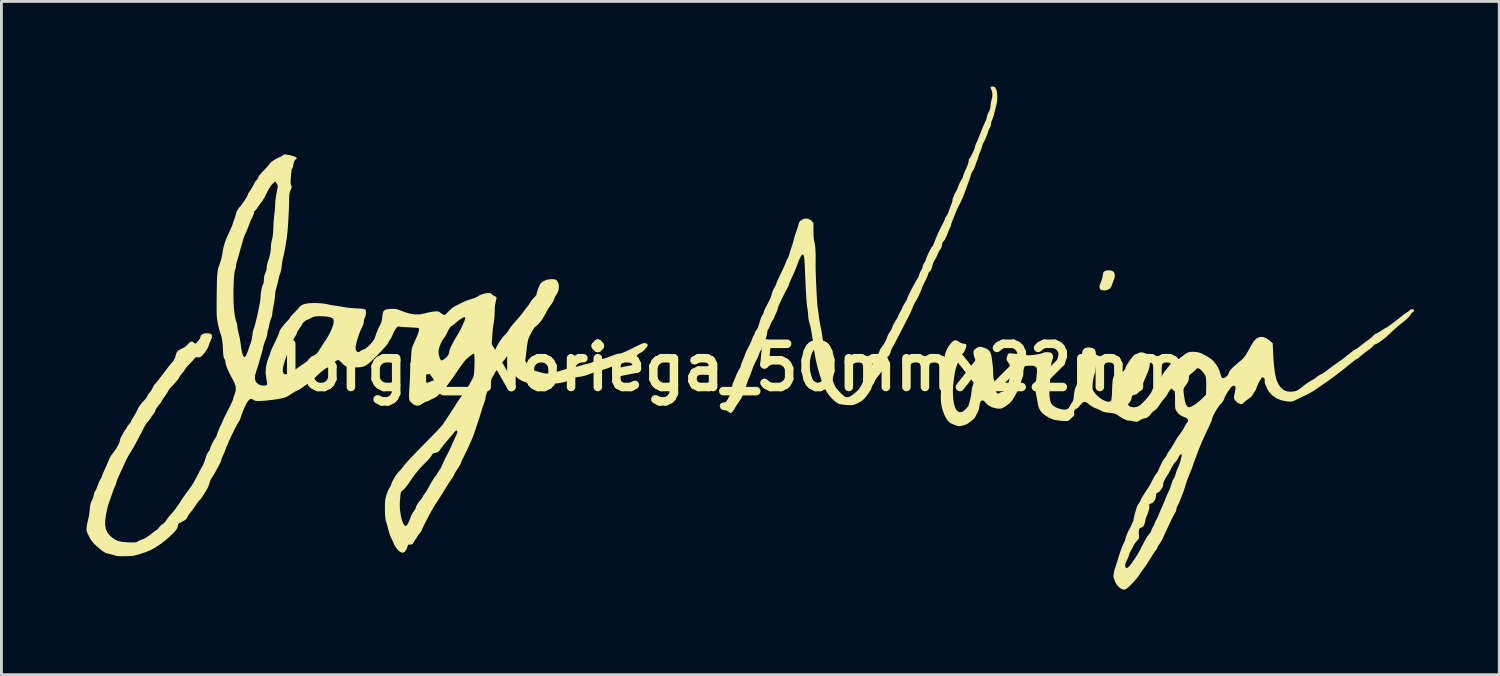
<source format=kicad_pcb>
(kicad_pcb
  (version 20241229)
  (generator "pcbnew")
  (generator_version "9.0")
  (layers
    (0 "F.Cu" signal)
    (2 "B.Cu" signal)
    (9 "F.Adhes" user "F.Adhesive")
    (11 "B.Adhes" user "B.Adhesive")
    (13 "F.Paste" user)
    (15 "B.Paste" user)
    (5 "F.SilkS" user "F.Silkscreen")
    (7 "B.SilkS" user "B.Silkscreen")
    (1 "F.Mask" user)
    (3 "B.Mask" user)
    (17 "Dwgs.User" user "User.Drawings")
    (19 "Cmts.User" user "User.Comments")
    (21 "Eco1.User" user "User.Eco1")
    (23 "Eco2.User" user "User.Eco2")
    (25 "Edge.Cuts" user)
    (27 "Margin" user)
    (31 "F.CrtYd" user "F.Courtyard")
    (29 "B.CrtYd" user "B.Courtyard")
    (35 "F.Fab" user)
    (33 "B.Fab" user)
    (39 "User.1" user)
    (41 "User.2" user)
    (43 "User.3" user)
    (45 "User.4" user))
  (footprint "Jorge_Noriega_50mmx22mm"
    (layer "F.Cu")
    (at 22.608 9.911)
    (property "Reference" "Jorge_Noriega_50mmx22mm" (at 0 0 0) (layer "F.SilkS") (effects (font (size 1.524 1.524) (thickness 0.3))))
    (attr board_only exclude_from_pos_files exclude_from_bom)
    (fp_poly (pts (xy 13.552 -3.415) (xy 13.623 -3.375) (xy 13.657 -3.304) (xy 13.662 -3.253) (xy 13.656 -3.179) (xy 13.642 -3.12) (xy 13.638 -3.113) (xy 13.618 -3.066) (xy 13.591 -2.991) (xy 13.574 -2.939) (xy 13.536 -2.844) (xy 13.487 -2.783) (xy 13.456 -2.76) (xy 13.37 -2.725) (xy 13.279 -2.714) (xy 13.198 -2.727) (xy 13.158 -2.751) (xy 13.129 -2.794) (xy 13.123 -2.849) (xy 13.14 -2.926) (xy 13.181 -3.033) (xy 13.214 -3.125) (xy 13.236 -3.212) (xy 13.243 -3.263) (xy 13.26 -3.349) (xy 13.314 -3.403) (xy 13.406 -3.426) (xy 13.442 -3.428)) (stroke (width 0) (type solid)) (fill yes) (layer "F.SilkS"))
    (fp_poly (pts (xy 9.382 -9.908) (xy 9.437 -9.883) (xy 9.45 -9.87) (xy 9.488 -9.797) (xy 9.511 -9.689) (xy 9.52 -9.557) (xy 9.513 -9.414) (xy 9.49 -9.271) (xy 9.479 -9.227) (xy 9.45 -9.118) (xy 9.421 -9.001) (xy 9.41 -8.952) (xy 9.384 -8.859) (xy 9.354 -8.773) (xy 9.338 -8.737) (xy 9.309 -8.662) (xy 9.297 -8.591) (xy 9.297 -8.589) (xy 9.284 -8.521) (xy 9.252 -8.447) (xy 9.247 -8.439) (xy 9.215 -8.378) (xy 9.199 -8.331) (xy 9.198 -8.325) (xy 9.188 -8.284) (xy 9.161 -8.211) (xy 9.124 -8.119) (xy 9.08 -8.023) (xy 9.036 -7.933) (xy 9.025 -7.913) (xy 8.994 -7.846) (xy 8.977 -7.791) (xy 8.976 -7.782) (xy 8.966 -7.737) (xy 8.941 -7.667) (xy 8.918 -7.612) (xy 8.881 -7.523) (xy 8.851 -7.437) (xy 8.841 -7.398) (xy 8.824 -7.333) (xy 8.805 -7.29) (xy 8.803 -7.287) (xy 8.786 -7.251) (xy 8.762 -7.184) (xy 8.745 -7.128) (xy 8.714 -7.044) (xy 8.68 -6.972) (xy 8.66 -6.943) (xy 8.625 -6.888) (xy 8.592 -6.81) (xy 8.583 -6.782) (xy 8.567 -6.725) (xy 8.553 -6.68) (xy 8.538 -6.634) (xy 8.518 -6.575) (xy 8.487 -6.491) (xy 8.458 -6.412) (xy 8.392 -6.23) (xy 8.337 -6.086) (xy 8.289 -5.969) (xy 8.244 -5.869) (xy 8.199 -5.777) (xy 8.169 -5.719) (xy 8.118 -5.62) (xy 8.074 -5.523) (xy 8.043 -5.448) (xy 8.04 -5.438) (xy 8.011 -5.356) (xy 7.972 -5.26) (xy 7.95 -5.211) (xy 7.918 -5.132) (xy 7.896 -5.066) (xy 7.891 -5.037) (xy 7.881 -4.986) (xy 7.871 -4.968) (xy 7.853 -4.935) (xy 7.824 -4.869) (xy 7.788 -4.782) (xy 7.78 -4.759) (xy 7.721 -4.617) (xy 7.672 -4.517) (xy 7.629 -4.455) (xy 7.602 -4.431) (xy 7.581 -4.395) (xy 7.571 -4.334) (xy 7.571 -4.329) (xy 7.55 -4.237) (xy 7.514 -4.176) (xy 7.47 -4.109) (xy 7.427 -4.023) (xy 7.413 -3.99) (xy 7.373 -3.897) (xy 7.324 -3.807) (xy 7.308 -3.782) (xy 7.265 -3.703) (xy 7.236 -3.62) (xy 7.232 -3.602) (xy 7.212 -3.52) (xy 7.183 -3.446) (xy 7.151 -3.394) (xy 7.127 -3.378) (xy 7.104 -3.357) (xy 7.086 -3.311) (xy 7.062 -3.238) (xy 7.023 -3.145) (xy 6.981 -3.056) (xy 6.955 -3.009) (xy 6.934 -2.968) (xy 6.903 -2.897) (xy 6.867 -2.811) (xy 6.804 -2.658) (xy 6.753 -2.541) (xy 6.71 -2.453) (xy 6.671 -2.383) (xy 6.643 -2.34) (xy 6.602 -2.268) (xy 6.557 -2.173) (xy 6.525 -2.093) (xy 6.479 -1.981) (xy 6.423 -1.859) (xy 6.387 -1.788) (xy 6.35 -1.719) (xy 6.296 -1.616) (xy 6.23 -1.488) (xy 6.157 -1.346) (xy 6.082 -1.199) (xy 6.08 -1.196) (xy 6.009 -1.057) (xy 5.942 -0.929) (xy 5.886 -0.821) (xy 5.842 -0.74) (xy 5.816 -0.694) (xy 5.814 -0.69) (xy 5.782 -0.627) (xy 5.753 -0.544) (xy 5.747 -0.523) (xy 5.722 -0.455) (xy 5.692 -0.41) (xy 5.681 -0.402) (xy 5.648 -0.371) (xy 5.608 -0.308) (xy 5.569 -0.23) (xy 5.539 -0.151) (xy 5.524 -0.088) (xy 5.524 -0.081) (xy 5.506 0.014) (xy 5.452 0.123) (xy 5.358 0.252) (xy 5.331 0.284) (xy 5.268 0.364) (xy 5.218 0.439) (xy 5.191 0.495) (xy 5.189 0.5) (xy 5.162 0.567) (xy 5.116 0.633) (xy 5.115 0.634) (xy 5.074 0.693) (xy 5.055 0.75) (xy 5.055 0.754) (xy 5.039 0.807) (xy 4.994 0.886) (xy 4.928 0.98) (xy 4.846 1.08) (xy 4.812 1.118) (xy 4.756 1.165) (xy 4.673 1.219) (xy 4.589 1.264) (xy 4.512 1.299) (xy 4.451 1.32) (xy 4.39 1.329) (xy 4.313 1.33) (xy 4.202 1.324) (xy 4.201 1.323) (xy 4.092 1.314) (xy 3.998 1.301) (xy 3.932 1.286) (xy 3.914 1.28) (xy 3.808 1.208) (xy 3.695 1.106) (xy 3.588 0.985) (xy 3.501 0.861) (xy 3.415 0.697) (xy 3.332 0.492) (xy 3.252 0.256) (xy 3.18 -0.003) (xy 3.116 -0.276) (xy 3.065 -0.554) (xy 3.033 -0.777) (xy 3.006 -0.991) (xy 2.976 -1.184) (xy 2.947 -1.349) (xy 2.918 -1.478) (xy 2.896 -1.554) (xy 2.874 -1.638) (xy 2.856 -1.746) (xy 2.848 -1.837) (xy 2.839 -1.946) (xy 2.826 -2.053) (xy 2.814 -2.123) (xy 2.804 -2.189) (xy 2.793 -2.302) (xy 2.782 -2.462) (xy 2.77 -2.667) (xy 2.757 -2.915) (xy 2.744 -3.205) (xy 2.73 -3.535) (xy 2.727 -3.633) (xy 2.717 -3.79) (xy 2.702 -3.899) (xy 2.682 -3.964) (xy 2.655 -3.986) (xy 2.635 -3.981) (xy 2.607 -3.947) (xy 2.569 -3.878) (xy 2.526 -3.788) (xy 2.485 -3.688) (xy 2.454 -3.6) (xy 2.425 -3.52) (xy 2.381 -3.412) (xy 2.328 -3.293) (xy 2.291 -3.212) (xy 2.242 -3.108) (xy 2.203 -3.018) (xy 2.178 -2.952) (xy 2.17 -2.924) (xy 2.158 -2.884) (xy 2.127 -2.818) (xy 2.096 -2.761) (xy 2.05 -2.68) (xy 1.997 -2.578) (xy 1.941 -2.465) (xy 1.887 -2.351) (xy 1.839 -2.246) (xy 1.801 -2.159) (xy 1.779 -2.1) (xy 1.776 -2.083) (xy 1.766 -2.043) (xy 1.741 -1.975) (xy 1.714 -1.913) (xy 1.681 -1.839) (xy 1.659 -1.783) (xy 1.652 -1.761) (xy 1.639 -1.731) (xy 1.605 -1.681) (xy 1.595 -1.667) (xy 1.55 -1.591) (xy 1.513 -1.503) (xy 1.509 -1.489) (xy 1.482 -1.418) (xy 1.451 -1.365) (xy 1.443 -1.356) (xy 1.416 -1.311) (xy 1.405 -1.248) (xy 1.395 -1.165) (xy 1.368 -1.058) (xy 1.331 -0.95) (xy 1.291 -0.861) (xy 1.278 -0.838) (xy 1.243 -0.767) (xy 1.222 -0.698) (xy 1.2 -0.635) (xy 1.171 -0.592) (xy 1.143 -0.549) (xy 1.121 -0.485) (xy 1.1 -0.424) (xy 1.063 -0.339) (xy 1.016 -0.248) (xy 1.016 -0.248) (xy 0.965 -0.146) (xy 0.91 -0.021) (xy 0.863 0.103) (xy 0.857 0.121) (xy 0.823 0.218) (xy 0.794 0.297) (xy 0.772 0.347) (xy 0.767 0.357) (xy 0.752 0.389) (xy 0.725 0.458) (xy 0.692 0.554) (xy 0.654 0.666) (xy 0.606 0.81) (xy 0.566 0.919) (xy 0.529 1.006) (xy 0.49 1.082) (xy 0.441 1.161) (xy 0.384 1.245) (xy 0.327 1.329) (xy 0.279 1.407) (xy 0.248 1.46) (xy 0.204 1.528) (xy 0.163 1.576) (xy 0.127 1.606) (xy 0.099 1.608) (xy 0.06 1.58) (xy 0.041 1.564) (xy -0.041 1.516) (xy -0.099 1.509) (xy -0.18 1.494) (xy -0.242 1.443) (xy -0.271 1.368) (xy -0.271 1.353) (xy -0.251 1.285) (xy -0.191 1.244) (xy -0.113 1.233) (xy -0.059 1.218) (xy -0.015 1.166) (xy -0.006 1.15) (xy 0.035 1.072) (xy 0.081 0.986) (xy 0.089 0.971) (xy 0.122 0.89) (xy 0.147 0.789) (xy 0.155 0.734) (xy 0.17 0.639) (xy 0.194 0.551) (xy 0.21 0.512) (xy 0.242 0.442) (xy 0.28 0.351) (xy 0.302 0.296) (xy 0.341 0.203) (xy 0.387 0.114) (xy 0.411 0.074) (xy 0.447 0.011) (xy 0.467 -0.042) (xy 0.469 -0.053) (xy 0.478 -0.095) (xy 0.504 -0.167) (xy 0.539 -0.25) (xy 0.577 -0.34) (xy 0.608 -0.42) (xy 0.624 -0.47) (xy 0.643 -0.521) (xy 0.68 -0.6) (xy 0.727 -0.691) (xy 0.739 -0.714) (xy 0.789 -0.811) (xy 0.832 -0.904) (xy 0.86 -0.975) (xy 0.863 -0.984) (xy 0.889 -1.058) (xy 0.92 -1.119) (xy 0.923 -1.123) (xy 0.953 -1.176) (xy 0.961 -1.21) (xy 0.977 -1.255) (xy 1.011 -1.301) (xy 1.037 -1.334) (xy 1.061 -1.378) (xy 1.087 -1.443) (xy 1.118 -1.538) (xy 1.158 -1.671) (xy 1.16 -1.677) (xy 1.19 -1.761) (xy 1.227 -1.836) (xy 1.238 -1.853) (xy 1.269 -1.91) (xy 1.282 -1.954) (xy 1.293 -1.995) (xy 1.322 -2.061) (xy 1.347 -2.111) (xy 1.43 -2.268) (xy 1.49 -2.391) (xy 1.531 -2.485) (xy 1.556 -2.558) (xy 1.565 -2.598) (xy 1.588 -2.674) (xy 1.628 -2.764) (xy 1.654 -2.81) (xy 1.694 -2.88) (xy 1.72 -2.937) (xy 1.726 -2.959) (xy 1.736 -2.991) (xy 1.765 -3.059) (xy 1.807 -3.154) (xy 1.86 -3.266) (xy 1.883 -3.314) (xy 1.942 -3.438) (xy 1.995 -3.553) (xy 2.038 -3.65) (xy 2.065 -3.717) (xy 2.069 -3.73) (xy 2.093 -3.791) (xy 2.115 -3.83) (xy 2.119 -3.834) (xy 2.135 -3.862) (xy 2.16 -3.925) (xy 2.188 -4.01) (xy 2.193 -4.025) (xy 2.225 -4.132) (xy 2.259 -4.237) (xy 2.285 -4.316) (xy 2.314 -4.409) (xy 2.339 -4.503) (xy 2.344 -4.525) (xy 2.362 -4.595) (xy 2.392 -4.692) (xy 2.429 -4.8) (xy 2.44 -4.829) (xy 2.474 -4.927) (xy 2.5 -5.011) (xy 2.514 -5.068) (xy 2.515 -5.079) (xy 2.533 -5.124) (xy 2.577 -5.176) (xy 2.591 -5.189) (xy 2.691 -5.244) (xy 2.799 -5.254) (xy 2.903 -5.221) (xy 2.957 -5.181) (xy 3.033 -5.11) (xy 3.034 -4.817) (xy 3.038 -4.636) (xy 3.052 -4.5) (xy 3.071 -4.417) (xy 3.087 -4.344) (xy 3.1 -4.23) (xy 3.108 -4.084) (xy 3.113 -3.913) (xy 3.112 -3.725) (xy 3.11 -3.613) (xy 3.11 -3.538) (xy 3.112 -3.425) (xy 3.117 -3.284) (xy 3.123 -3.123) (xy 3.13 -2.95) (xy 3.138 -2.774) (xy 3.147 -2.604) (xy 3.156 -2.447) (xy 3.164 -2.314) (xy 3.172 -2.211) (xy 3.178 -2.149) (xy 3.179 -2.145) (xy 3.195 -2.04) (xy 3.213 -1.911) (xy 3.228 -1.786) (xy 3.23 -1.776) (xy 3.247 -1.652) (xy 3.269 -1.523) (xy 3.291 -1.414) (xy 3.293 -1.406) (xy 3.313 -1.313) (xy 3.335 -1.189) (xy 3.355 -1.053) (xy 3.368 -0.962) (xy 3.382 -0.849) (xy 3.397 -0.749) (xy 3.414 -0.648) (xy 3.435 -0.537) (xy 3.462 -0.405) (xy 3.497 -0.24) (xy 3.514 -0.16) (xy 3.535 -0.08) (xy 3.569 0.032) (xy 3.611 0.162) (xy 3.658 0.299) (xy 3.704 0.431) (xy 3.748 0.547) (xy 3.784 0.636) (xy 3.801 0.672) (xy 3.842 0.732) (xy 3.905 0.807) (xy 3.98 0.887) (xy 4.056 0.96) (xy 4.122 1.014) (xy 4.161 1.038) (xy 4.229 1.051) (xy 4.302 1.035) (xy 4.387 0.988) (xy 4.493 0.905) (xy 4.514 0.886) (xy 4.592 0.814) (xy 4.649 0.75) (xy 4.696 0.68) (xy 4.742 0.587) (xy 4.78 0.504) (xy 4.833 0.389) (xy 4.888 0.278) (xy 4.938 0.187) (xy 4.961 0.15) (xy 5.006 0.079) (xy 5.064 -0.021) (xy 5.126 -0.133) (xy 5.16 -0.197) (xy 5.213 -0.298) (xy 5.261 -0.384) (xy 5.298 -0.446) (xy 5.313 -0.469) (xy 5.343 -0.52) (xy 5.361 -0.573) (xy 5.387 -0.635) (xy 5.432 -0.706) (xy 5.444 -0.721) (xy 5.52 -0.825) (xy 5.584 -0.941) (xy 5.628 -1.049) (xy 5.633 -1.069) (xy 5.656 -1.128) (xy 5.697 -1.207) (xy 5.735 -1.266) (xy 5.78 -1.34) (xy 5.811 -1.401) (xy 5.82 -1.432) (xy 5.833 -1.472) (xy 5.866 -1.538) (xy 5.913 -1.616) (xy 5.914 -1.618) (xy 5.967 -1.705) (xy 6.011 -1.788) (xy 6.036 -1.844) (xy 6.072 -1.925) (xy 6.115 -1.996) (xy 6.149 -2.053) (xy 6.165 -2.097) (xy 6.165 -2.1) (xy 6.178 -2.137) (xy 6.212 -2.2) (xy 6.251 -2.262) (xy 6.297 -2.335) (xy 6.328 -2.395) (xy 6.338 -2.425) (xy 6.349 -2.461) (xy 6.379 -2.53) (xy 6.424 -2.622) (xy 6.477 -2.729) (xy 6.535 -2.84) (xy 6.592 -2.945) (xy 6.643 -3.036) (xy 6.684 -3.102) (xy 6.696 -3.12) (xy 6.738 -3.194) (xy 6.765 -3.273) (xy 6.766 -3.276) (xy 6.792 -3.355) (xy 6.831 -3.421) (xy 6.866 -3.481) (xy 6.88 -3.536) (xy 6.893 -3.588) (xy 6.925 -3.658) (xy 6.941 -3.687) (xy 6.978 -3.752) (xy 7 -3.803) (xy 7.003 -3.817) (xy 7.014 -3.858) (xy 7.043 -3.928) (xy 7.083 -4.015) (xy 7.127 -4.104) (xy 7.169 -4.183) (xy 7.202 -4.238) (xy 7.216 -4.254) (xy 7.244 -4.292) (xy 7.275 -4.355) (xy 7.283 -4.377) (xy 7.344 -4.536) (xy 7.418 -4.709) (xy 7.495 -4.877) (xy 7.567 -5.02) (xy 7.577 -5.038) (xy 7.621 -5.122) (xy 7.654 -5.194) (xy 7.669 -5.238) (xy 7.669 -5.242) (xy 7.685 -5.287) (xy 7.718 -5.331) (xy 7.75 -5.381) (xy 7.787 -5.461) (xy 7.818 -5.545) (xy 7.851 -5.639) (xy 7.883 -5.723) (xy 7.906 -5.774) (xy 7.932 -5.85) (xy 7.941 -5.916) (xy 7.948 -5.973) (xy 7.965 -6.005) (xy 7.988 -6.04) (xy 7.99 -6.056) (xy 8.002 -6.098) (xy 8.034 -6.16) (xy 8.048 -6.184) (xy 8.089 -6.257) (xy 8.119 -6.324) (xy 8.123 -6.338) (xy 8.145 -6.399) (xy 8.179 -6.477) (xy 8.218 -6.557) (xy 8.255 -6.625) (xy 8.283 -6.667) (xy 8.289 -6.673) (xy 8.307 -6.705) (xy 8.31 -6.734) (xy 8.321 -6.777) (xy 8.348 -6.851) (xy 8.387 -6.944) (xy 8.409 -6.991) (xy 8.453 -7.092) (xy 8.487 -7.184) (xy 8.506 -7.253) (xy 8.508 -7.273) (xy 8.515 -7.33) (xy 8.531 -7.36) (xy 8.556 -7.391) (xy 8.593 -7.455) (xy 8.635 -7.537) (xy 8.676 -7.625) (xy 8.709 -7.703) (xy 8.728 -7.76) (xy 8.73 -7.774) (xy 8.741 -7.827) (xy 8.769 -7.896) (xy 8.777 -7.913) (xy 8.808 -7.978) (xy 8.848 -8.072) (xy 8.89 -8.178) (xy 8.903 -8.212) (xy 8.993 -8.442) (xy 9.081 -8.641) (xy 9.112 -8.705) (xy 9.137 -8.773) (xy 9.155 -8.853) (xy 9.156 -8.858) (xy 9.18 -8.941) (xy 9.219 -9.016) (xy 9.221 -9.018) (xy 9.261 -9.106) (xy 9.283 -9.232) (xy 9.283 -9.238) (xy 9.294 -9.332) (xy 9.309 -9.414) (xy 9.321 -9.456) (xy 9.342 -9.547) (xy 9.344 -9.652) (xy 9.33 -9.747) (xy 9.307 -9.802) (xy 9.284 -9.853) (xy 9.284 -9.888) (xy 9.323 -9.911)) (stroke (width 0) (type solid)) (fill yes) (layer "F.SilkS"))
    (fp_poly (pts (xy 24.186 -2.049) (xy 24.217 -2.033) (xy 24.224 -2.003) (xy 24.191 -1.966) (xy 24.17 -1.95) (xy 24.118 -1.903) (xy 24.09 -1.858) (xy 24.088 -1.853) (xy 24.063 -1.81) (xy 23.997 -1.742) (xy 23.893 -1.649) (xy 23.752 -1.534) (xy 23.69 -1.486) (xy 23.623 -1.43) (xy 23.533 -1.351) (xy 23.435 -1.26) (xy 23.362 -1.191) (xy 23.257 -1.095) (xy 23.148 -1.004) (xy 23.043 -0.925) (xy 22.949 -0.863) (xy 22.876 -0.824) (xy 22.839 -0.814) (xy 22.807 -0.795) (xy 22.772 -0.753) (xy 22.731 -0.708) (xy 22.663 -0.651) (xy 22.593 -0.601) (xy 22.496 -0.532) (xy 22.395 -0.453) (xy 22.337 -0.403) (xy 22.273 -0.347) (xy 22.223 -0.309) (xy 22.197 -0.296) (xy 22.169 -0.281) (xy 22.113 -0.242) (xy 22.039 -0.185) (xy 22.002 -0.154) (xy 21.715 0.078) (xy 21.456 0.277) (xy 21.22 0.449) (xy 21.191 0.469) (xy 21.073 0.551) (xy 20.944 0.641) (xy 20.826 0.724) (xy 20.772 0.761) (xy 20.659 0.835) (xy 20.532 0.909) (xy 20.415 0.97) (xy 20.396 0.978) (xy 20.284 1.03) (xy 20.167 1.087) (xy 20.069 1.136) (xy 20.065 1.138) (xy 19.988 1.177) (xy 19.928 1.198) (xy 19.866 1.205) (xy 19.783 1.201) (xy 19.732 1.196) (xy 19.538 1.158) (xy 19.362 1.084) (xy 19.211 0.979) (xy 19.093 0.847) (xy 19.033 0.74) (xy 18.988 0.635) (xy 18.961 0.564) (xy 18.949 0.515) (xy 18.949 0.479) (xy 18.953 0.459) (xy 18.949 0.403) (xy 18.916 0.361) (xy 18.869 0.349) (xy 18.858 0.352) (xy 18.832 0.38) (xy 18.794 0.44) (xy 18.75 0.52) (xy 18.707 0.608) (xy 18.672 0.69) (xy 18.655 0.74) (xy 18.629 0.803) (xy 18.606 0.838) (xy 18.574 0.886) (xy 18.537 0.95) (xy 18.534 0.956) (xy 18.488 1.018) (xy 18.419 1.08) (xy 18.39 1.101) (xy 18.31 1.156) (xy 18.237 1.218) (xy 18.218 1.238) (xy 18.162 1.286) (xy 18.114 1.298) (xy 18.094 1.294) (xy 17.979 1.237) (xy 17.899 1.149) (xy 17.892 1.135) (xy 17.873 1.092) (xy 17.867 1.048) (xy 17.874 0.988) (xy 17.894 0.897) (xy 17.895 0.892) (xy 17.913 0.802) (xy 17.922 0.726) (xy 17.921 0.682) (xy 17.92 0.682) (xy 17.886 0.646) (xy 17.835 0.648) (xy 17.778 0.684) (xy 17.756 0.709) (xy 17.669 0.829) (xy 17.597 0.943) (xy 17.545 1.041) (xy 17.522 1.105) (xy 17.493 1.171) (xy 17.441 1.242) (xy 17.419 1.266) (xy 17.36 1.332) (xy 17.294 1.423) (xy 17.228 1.527) (xy 17.168 1.633) (xy 17.121 1.73) (xy 17.094 1.805) (xy 17.09 1.832) (xy 17.087 1.85) (xy 17.076 1.881) (xy 17.055 1.93) (xy 17.022 2.005) (xy 16.973 2.11) (xy 16.906 2.252) (xy 16.88 2.306) (xy 16.808 2.463) (xy 16.732 2.636) (xy 16.66 2.807) (xy 16.598 2.964) (xy 16.554 3.083) (xy 16.519 3.179) (xy 16.48 3.282) (xy 16.471 3.304) (xy 16.441 3.385) (xy 16.417 3.456) (xy 16.411 3.477) (xy 16.389 3.545) (xy 16.361 3.613) (xy 16.33 3.684) (xy 16.291 3.782) (xy 16.249 3.891) (xy 16.208 4.001) (xy 16.174 4.098) (xy 16.151 4.169) (xy 16.145 4.192) (xy 16.126 4.258) (xy 16.094 4.355) (xy 16.051 4.47) (xy 16.004 4.591) (xy 15.958 4.705) (xy 15.917 4.8) (xy 15.886 4.863) (xy 15.883 4.868) (xy 15.849 4.939) (xy 15.832 5.006) (xy 15.832 5.014) (xy 15.825 5.066) (xy 15.812 5.089) (xy 15.792 5.118) (xy 15.754 5.187) (xy 15.7 5.293) (xy 15.632 5.431) (xy 15.554 5.596) (xy 15.466 5.785) (xy 15.379 5.975) (xy 15.33 6.075) (xy 15.279 6.166) (xy 15.236 6.232) (xy 15.229 6.242) (xy 15.188 6.298) (xy 15.167 6.343) (xy 15.166 6.35) (xy 15.15 6.396) (xy 15.135 6.416) (xy 15.102 6.457) (xy 15.051 6.531) (xy 14.988 6.627) (xy 14.92 6.736) (xy 14.862 6.831) (xy 14.812 6.909) (xy 14.746 7.005) (xy 14.685 7.09) (xy 14.618 7.181) (xy 14.553 7.275) (xy 14.506 7.346) (xy 14.46 7.409) (xy 14.389 7.495) (xy 14.305 7.588) (xy 14.249 7.648) (xy 14.152 7.743) (xy 14.078 7.804) (xy 14.018 7.835) (xy 13.963 7.837) (xy 13.905 7.815) (xy 13.867 7.794) (xy 13.805 7.744) (xy 13.742 7.674) (xy 13.692 7.6) (xy 13.664 7.537) (xy 13.662 7.521) (xy 13.645 7.469) (xy 13.635 7.455) (xy 13.618 7.409) (xy 13.618 7.329) (xy 13.632 7.228) (xy 13.659 7.117) (xy 13.68 7.053) (xy 13.708 6.97) (xy 14.026 6.97) (xy 14.035 7.035) (xy 14.036 7.036) (xy 14.068 7.071) (xy 14.108 7.068) (xy 14.161 7.025) (xy 14.23 6.941) (xy 14.234 6.936) (xy 14.356 6.765) (xy 14.459 6.605) (xy 14.555 6.436) (xy 14.654 6.239) (xy 14.655 6.237) (xy 14.715 6.121) (xy 14.775 6.016) (xy 14.828 5.933) (xy 14.868 5.883) (xy 14.915 5.83) (xy 14.942 5.785) (xy 14.944 5.774) (xy 14.956 5.732) (xy 14.986 5.668) (xy 15.003 5.637) (xy 15.043 5.562) (xy 15.073 5.493) (xy 15.079 5.475) (xy 15.105 5.412) (xy 15.127 5.376) (xy 15.151 5.334) (xy 15.184 5.263) (xy 15.214 5.191) (xy 15.257 5.083) (xy 15.306 4.968) (xy 15.333 4.907) (xy 15.376 4.81) (xy 15.418 4.709) (xy 15.437 4.661) (xy 15.47 4.579) (xy 15.515 4.477) (xy 15.555 4.39) (xy 15.6 4.287) (xy 15.64 4.181) (xy 15.663 4.106) (xy 15.689 4.024) (xy 15.72 3.955) (xy 15.734 3.933) (xy 15.765 3.881) (xy 15.795 3.803) (xy 15.808 3.761) (xy 15.837 3.667) (xy 15.872 3.578) (xy 15.886 3.549) (xy 15.92 3.472) (xy 15.953 3.38) (xy 15.983 3.282) (xy 16.006 3.191) (xy 16.021 3.116) (xy 16.023 3.069) (xy 16.015 3.058) (xy 15.974 3.077) (xy 15.933 3.122) (xy 15.907 3.171) (xy 15.906 3.183) (xy 15.889 3.226) (xy 15.846 3.283) (xy 15.821 3.309) (xy 15.769 3.371) (xy 15.709 3.461) (xy 15.653 3.561) (xy 15.645 3.576) (xy 15.595 3.673) (xy 15.546 3.762) (xy 15.505 3.827) (xy 15.5 3.835) (xy 15.446 3.917) (xy 15.402 4.002) (xy 15.374 4.075) (xy 15.37 4.122) (xy 15.37 4.123) (xy 15.367 4.173) (xy 15.337 4.242) (xy 15.292 4.314) (xy 15.239 4.376) (xy 15.189 4.411) (xy 15.187 4.412) (xy 15.139 4.436) (xy 15.12 4.476) (xy 15.117 4.527) (xy 15.1 4.627) (xy 15.054 4.716) (xy 14.99 4.779) (xy 14.939 4.801) (xy 14.889 4.817) (xy 14.874 4.846) (xy 14.88 4.891) (xy 14.879 4.963) (xy 14.856 5.064) (xy 14.815 5.181) (xy 14.772 5.278) (xy 14.756 5.325) (xy 14.74 5.398) (xy 14.735 5.426) (xy 14.706 5.538) (xy 14.664 5.613) (xy 14.611 5.646) (xy 14.599 5.647) (xy 14.545 5.669) (xy 14.514 5.732) (xy 14.508 5.835) (xy 14.512 5.891) (xy 14.52 5.972) (xy 14.514 6.024) (xy 14.49 6.067) (xy 14.439 6.122) (xy 14.439 6.123) (xy 14.377 6.197) (xy 14.326 6.277) (xy 14.311 6.307) (xy 14.274 6.385) (xy 14.234 6.454) (xy 14.229 6.461) (xy 14.193 6.53) (xy 14.168 6.609) (xy 14.168 6.609) (xy 14.141 6.692) (xy 14.102 6.773) (xy 14.102 6.775) (xy 14.049 6.88) (xy 14.026 6.97) (xy 13.708 6.97) (xy 13.714 6.955) (xy 13.751 6.838) (xy 13.779 6.745) (xy 13.819 6.614) (xy 13.864 6.481) (xy 13.909 6.356) (xy 13.951 6.251) (xy 13.985 6.176) (xy 13.998 6.153) (xy 14.025 6.1) (xy 14.032 6.067) (xy 14.042 6.02) (xy 14.068 5.945) (xy 14.103 5.856) (xy 14.142 5.771) (xy 14.177 5.704) (xy 14.183 5.694) (xy 14.22 5.626) (xy 14.241 5.573) (xy 14.27 5.504) (xy 14.294 5.463) (xy 14.321 5.401) (xy 14.328 5.361) (xy 14.335 5.306) (xy 14.353 5.228) (xy 14.364 5.188) (xy 14.392 5.091) (xy 14.419 4.993) (xy 14.426 4.964) (xy 14.458 4.878) (xy 14.504 4.8) (xy 14.513 4.788) (xy 14.553 4.733) (xy 14.573 4.689) (xy 14.574 4.683) (xy 14.588 4.648) (xy 14.625 4.58) (xy 14.682 4.487) (xy 14.754 4.375) (xy 14.837 4.253) (xy 14.846 4.24) (xy 14.877 4.189) (xy 14.922 4.108) (xy 14.972 4.012) (xy 14.989 3.979) (xy 15.037 3.888) (xy 15.081 3.811) (xy 15.114 3.763) (xy 15.122 3.754) (xy 15.151 3.716) (xy 15.188 3.65) (xy 15.213 3.595) (xy 15.269 3.468) (xy 15.312 3.376) (xy 15.347 3.309) (xy 15.38 3.257) (xy 15.417 3.207) (xy 15.418 3.206) (xy 15.46 3.15) (xy 15.484 3.109) (xy 15.487 3.1) (xy 15.5 3.072) (xy 15.535 3.013) (xy 15.586 2.935) (xy 15.617 2.89) (xy 15.683 2.79) (xy 15.744 2.691) (xy 15.79 2.61) (xy 15.8 2.589) (xy 15.847 2.507) (xy 15.91 2.414) (xy 15.955 2.357) (xy 16.021 2.267) (xy 16.084 2.167) (xy 16.114 2.11) (xy 16.153 2.033) (xy 16.192 1.973) (xy 16.211 1.95) (xy 16.25 1.894) (xy 16.244 1.836) (xy 16.196 1.787) (xy 16.171 1.775) (xy 16.058 1.728) (xy 15.98 1.687) (xy 15.923 1.642) (xy 15.874 1.586) (xy 15.862 1.569) (xy 15.83 1.524) (xy 15.809 1.485) (xy 15.796 1.44) (xy 15.79 1.379) (xy 15.788 1.291) (xy 15.788 1.165) (xy 15.788 1.158) (xy 15.787 0.998) (xy 15.782 0.882) (xy 15.771 0.804) (xy 15.767 0.793) (xy 16.085 0.793) (xy 16.089 0.862) (xy 16.091 0.886) (xy 16.116 1.073) (xy 16.144 1.214) (xy 16.177 1.314) (xy 16.216 1.376) (xy 16.263 1.403) (xy 16.285 1.406) (xy 16.333 1.392) (xy 16.406 1.357) (xy 16.487 1.308) (xy 16.488 1.308) (xy 16.587 1.234) (xy 16.692 1.146) (xy 16.757 1.085) (xy 16.88 0.96) (xy 16.888 0.694) (xy 16.889 0.573) (xy 16.885 0.459) (xy 16.877 0.369) (xy 16.87 0.33) (xy 16.839 0.258) (xy 16.785 0.18) (xy 16.722 0.107) (xy 16.658 0.051) (xy 16.605 0.025) (xy 16.598 0.025) (xy 16.554 0.042) (xy 16.5 0.087) (xy 16.484 0.105) (xy 16.422 0.168) (xy 16.357 0.221) (xy 16.346 0.228) (xy 16.3 0.264) (xy 16.28 0.31) (xy 16.276 0.376) (xy 16.269 0.447) (xy 16.244 0.513) (xy 16.193 0.592) (xy 16.176 0.615) (xy 16.123 0.689) (xy 16.094 0.742) (xy 16.085 0.793) (xy 15.767 0.793) (xy 15.755 0.759) (xy 15.731 0.741) (xy 15.721 0.74) (xy 15.659 0.752) (xy 15.607 0.794) (xy 15.557 0.874) (xy 15.545 0.897) (xy 15.495 0.984) (xy 15.437 1.065) (xy 15.408 1.097) (xy 15.357 1.157) (xy 15.295 1.241) (xy 15.239 1.324) (xy 15.176 1.413) (xy 15.112 1.483) (xy 15.068 1.516) (xy 15 1.567) (xy 14.945 1.632) (xy 14.945 1.632) (xy 14.877 1.714) (xy 14.792 1.774) (xy 14.708 1.8) (xy 14.699 1.8) (xy 14.642 1.814) (xy 14.57 1.849) (xy 14.545 1.865) (xy 14.482 1.904) (xy 14.433 1.917) (xy 14.37 1.909) (xy 14.342 1.902) (xy 14.254 1.884) (xy 14.171 1.875) (xy 14.152 1.874) (xy 14.07 1.857) (xy 13.963 1.809) (xy 13.84 1.735) (xy 13.763 1.679) (xy 13.708 1.645) (xy 13.644 1.622) (xy 13.557 1.608) (xy 13.475 1.6) (xy 13.334 1.583) (xy 13.237 1.556) (xy 13.201 1.537) (xy 13.138 1.502) (xy 13.051 1.464) (xy 12.996 1.444) (xy 12.894 1.398) (xy 12.793 1.333) (xy 12.756 1.303) (xy 12.67 1.236) (xy 12.601 1.212) (xy 12.539 1.23) (xy 12.475 1.292) (xy 12.454 1.319) (xy 12.4 1.383) (xy 12.352 1.429) (xy 12.329 1.443) (xy 12.258 1.485) (xy 12.224 1.547) (xy 12.23 1.611) (xy 12.24 1.653) (xy 12.23 1.689) (xy 12.192 1.733) (xy 12.155 1.769) (xy 12.092 1.825) (xy 12.04 1.867) (xy 12.019 1.882) (xy 11.98 1.888) (xy 11.905 1.889) (xy 11.806 1.884) (xy 11.742 1.878) (xy 11.615 1.863) (xy 11.518 1.843) (xy 11.433 1.814) (xy 11.341 1.769) (xy 11.33 1.764) (xy 11.18 1.672) (xy 11.072 1.575) (xy 11.001 1.465) (xy 10.958 1.332) (xy 10.951 1.293) (xy 10.932 1.184) (xy 10.908 1.061) (xy 10.893 0.986) (xy 10.882 0.928) (xy 10.875 0.869) (xy 10.871 0.802) (xy 10.872 0.721) (xy 10.878 0.618) (xy 10.887 0.485) (xy 10.902 0.316) (xy 10.916 0.169) (xy 10.918 0.075) (xy 10.902 0.008) (xy 10.861 -0.035) (xy 10.79 -0.058) (xy 10.683 -0.063) (xy 10.535 -0.054) (xy 10.501 -0.051) (xy 10.48 -0.027) (xy 10.459 0.028) (xy 10.443 0.097) (xy 10.436 0.162) (xy 10.438 0.191) (xy 10.437 0.254) (xy 10.417 0.332) (xy 10.408 0.356) (xy 10.374 0.446) (xy 10.343 0.547) (xy 10.336 0.573) (xy 10.304 0.672) (xy 10.252 0.791) (xy 10.188 0.919) (xy 10.118 1.043) (xy 10.049 1.151) (xy 9.989 1.23) (xy 9.967 1.251) (xy 9.887 1.315) (xy 9.796 1.379) (xy 9.768 1.396) (xy 9.701 1.432) (xy 9.643 1.45) (xy 9.573 1.452) (xy 9.502 1.447) (xy 9.351 1.413) (xy 9.218 1.347) (xy 9.114 1.254) (xy 9.09 1.222) (xy 9.038 1.172) (xy 8.982 1.163) (xy 8.935 1.196) (xy 8.927 1.209) (xy 8.908 1.262) (xy 8.892 1.342) (xy 8.885 1.388) (xy 8.869 1.475) (xy 8.843 1.552) (xy 8.829 1.578) (xy 8.79 1.647) (xy 8.755 1.721) (xy 8.712 1.791) (xy 8.65 1.851) (xy 8.646 1.854) (xy 8.577 1.905) (xy 8.515 1.956) (xy 8.513 1.957) (xy 8.448 1.997) (xy 8.354 2.034) (xy 8.251 2.06) (xy 8.166 2.07) (xy 8.113 2.063) (xy 8.038 2.039) (xy 7.933 1.994) (xy 7.871 1.965) (xy 7.795 1.906) (xy 7.72 1.804) (xy 7.65 1.668) (xy 7.591 1.504) (xy 7.584 1.481) (xy 7.562 1.397) (xy 7.545 1.316) (xy 7.534 1.232) (xy 7.527 1.137) (xy 7.526 1.026) (xy 7.531 0.891) (xy 7.54 0.725) (xy 7.554 0.521) (xy 7.567 0.345) (xy 7.589 0.088) (xy 7.613 -0.127) (xy 7.64 -0.304) (xy 7.673 -0.45) (xy 7.711 -0.571) (xy 7.757 -0.673) (xy 7.812 -0.762) (xy 7.831 -0.788) (xy 7.911 -0.886) (xy 7.978 -0.943) (xy 8.039 -0.962) (xy 8.103 -0.945) (xy 8.173 -0.9) (xy 8.248 -0.858) (xy 8.324 -0.839) (xy 8.33 -0.838) (xy 8.389 -0.831) (xy 8.423 -0.812) (xy 8.428 -0.765) (xy 8.413 -0.694) (xy 8.384 -0.615) (xy 8.346 -0.545) (xy 8.318 -0.511) (xy 8.264 -0.451) (xy 8.214 -0.371) (xy 8.164 -0.262) (xy 8.12 -0.148) (xy 8.081 -0.038) (xy 8.051 0.057) (xy 8.028 0.154) (xy 8.008 0.264) (xy 7.988 0.403) (xy 7.977 0.484) (xy 7.956 0.7) (xy 7.952 0.907) (xy 7.963 1.099) (xy 7.988 1.267) (xy 8.026 1.404) (xy 8.077 1.502) (xy 8.093 1.521) (xy 8.168 1.573) (xy 8.249 1.577) (xy 8.338 1.531) (xy 8.406 1.468) (xy 8.46 1.407) (xy 8.497 1.359) (xy 8.508 1.338) (xy 8.515 1.307) (xy 8.532 1.241) (xy 8.555 1.155) (xy 8.557 1.147) (xy 8.582 1.044) (xy 8.599 0.944) (xy 8.606 0.873) (xy 8.615 0.792) (xy 8.636 0.693) (xy 8.656 0.629) (xy 8.683 0.538) (xy 8.701 0.453) (xy 8.705 0.409) (xy 8.713 0.346) (xy 8.732 0.256) (xy 8.755 0.173) (xy 8.781 0.072) (xy 8.791 -0.018) (xy 8.783 -0.11) (xy 8.756 -0.22) (xy 8.714 -0.35) (xy 8.68 -0.47) (xy 8.677 -0.559) (xy 8.707 -0.625) (xy 8.772 -0.677) (xy 8.812 -0.698) (xy 8.871 -0.723) (xy 8.917 -0.73) (xy 8.973 -0.72) (xy 9.034 -0.701) (xy 9.144 -0.658) (xy 9.217 -0.607) (xy 9.267 -0.538) (xy 9.285 -0.5) (xy 9.305 -0.433) (xy 9.324 -0.329) (xy 9.342 -0.202) (xy 9.358 -0.064) (xy 9.369 0.071) (xy 9.373 0.19) (xy 9.373 0.229) (xy 9.377 0.318) (xy 9.388 0.394) (xy 9.4 0.427) (xy 9.416 0.477) (xy 9.431 0.56) (xy 9.444 0.659) (xy 9.446 0.676) (xy 9.459 0.786) (xy 9.475 0.856) (xy 9.499 0.896) (xy 9.508 0.904) (xy 9.55 0.924) (xy 9.588 0.905) (xy 9.593 0.9) (xy 9.649 0.869) (xy 9.685 0.863) (xy 9.757 0.839) (xy 9.823 0.769) (xy 9.879 0.657) (xy 9.926 0.505) (xy 9.96 0.316) (xy 9.97 0.24) (xy 9.981 0.117) (xy 9.983 0.028) (xy 9.97 -0.044) (xy 9.941 -0.113) (xy 9.892 -0.196) (xy 9.874 -0.224) (xy 9.85 -0.27) (xy 9.846 -0.315) (xy 9.861 -0.38) (xy 9.867 -0.397) (xy 9.891 -0.463) (xy 9.916 -0.494) (xy 9.955 -0.5) (xy 9.975 -0.499) (xy 10.031 -0.494) (xy 10.121 -0.485) (xy 10.232 -0.475) (xy 10.302 -0.469) (xy 10.41 -0.458) (xy 10.5 -0.447) (xy 10.56 -0.438) (xy 10.578 -0.433) (xy 10.615 -0.428) (xy 10.688 -0.431) (xy 10.783 -0.441) (xy 10.887 -0.455) (xy 10.986 -0.472) (xy 11.067 -0.49) (xy 11.118 -0.507) (xy 11.125 -0.511) (xy 11.185 -0.534) (xy 11.286 -0.538) (xy 11.298 -0.538) (xy 11.377 -0.53) (xy 11.423 -0.515) (xy 11.451 -0.483) (xy 11.465 -0.457) (xy 11.483 -0.408) (xy 11.485 -0.361) (xy 11.467 -0.296) (xy 11.455 -0.26) (xy 11.428 -0.158) (xy 11.41 -0.028) (xy 11.402 0.081) (xy 11.397 0.2) (xy 11.388 0.346) (xy 11.377 0.498) (xy 11.369 0.591) (xy 11.356 0.827) (xy 11.36 1.019) (xy 11.382 1.167) (xy 11.421 1.273) (xy 11.424 1.279) (xy 11.496 1.355) (xy 11.607 1.419) (xy 11.749 1.467) (xy 11.821 1.482) (xy 11.934 1.486) (xy 12.016 1.453) (xy 12.072 1.382) (xy 12.081 1.361) (xy 12.117 1.291) (xy 12.157 1.233) (xy 12.187 1.179) (xy 12.208 1.098) (xy 12.221 0.98) (xy 12.222 0.974) (xy 12.242 0.824) (xy 12.275 0.714) (xy 12.287 0.69) (xy 12.314 0.627) (xy 12.344 0.532) (xy 12.372 0.421) (xy 12.382 0.375) (xy 12.405 0.269) (xy 12.428 0.178) (xy 12.447 0.115) (xy 12.454 0.098) (xy 12.472 0.037) (xy 12.476 -0.018) (xy 12.477 -0.071) (xy 12.481 -0.159) (xy 12.487 -0.269) (xy 12.492 -0.342) (xy 12.505 -0.477) (xy 12.523 -0.572) (xy 12.552 -0.634) (xy 12.596 -0.672) (xy 12.659 -0.695) (xy 12.691 -0.702) (xy 12.779 -0.705) (xy 12.866 -0.687) (xy 12.937 -0.654) (xy 12.968 -0.621) (xy 12.989 -0.55) (xy 13.002 -0.442) (xy 13.007 -0.311) (xy 13.005 -0.168) (xy 12.996 -0.026) (xy 12.98 0.103) (xy 12.958 0.206) (xy 12.949 0.232) (xy 12.922 0.327) (xy 12.898 0.446) (xy 12.882 0.563) (xy 12.882 0.564) (xy 12.875 0.667) (xy 12.877 0.736) (xy 12.889 0.787) (xy 12.913 0.836) (xy 12.92 0.848) (xy 12.995 0.947) (xy 13.087 1.036) (xy 13.189 1.111) (xy 13.292 1.168) (xy 13.388 1.202) (xy 13.469 1.209) (xy 13.526 1.184) (xy 13.532 1.178) (xy 13.542 1.143) (xy 13.551 1.069) (xy 13.56 0.964) (xy 13.566 0.839) (xy 13.568 0.776) (xy 13.576 0.602) (xy 13.586 0.472) (xy 13.603 0.378) (xy 13.626 0.314) (xy 13.659 0.274) (xy 13.702 0.251) (xy 13.726 0.245) (xy 13.848 0.208) (xy 13.945 0.153) (xy 14.007 0.087) (xy 14.019 0.06) (xy 14.052 -0.017) (xy 14.103 -0.11) (xy 14.165 -0.209) (xy 14.231 -0.303) (xy 14.293 -0.384) (xy 14.346 -0.44) (xy 14.377 -0.459) (xy 14.445 -0.483) (xy 14.51 -0.511) (xy 14.567 -0.532) (xy 14.627 -0.532) (xy 14.687 -0.517) (xy 14.791 -0.476) (xy 14.858 -0.416) (xy 14.893 -0.329) (xy 14.902 -0.217) (xy 14.898 -0.106) (xy 14.88 0.002) (xy 14.846 0.118) (xy 14.792 0.255) (xy 14.746 0.358) (xy 14.698 0.468) (xy 14.651 0.582) (xy 14.616 0.677) (xy 14.611 0.69) (xy 14.561 0.801) (xy 14.497 0.889) (xy 14.427 0.946) (xy 14.369 0.962) (xy 14.299 0.981) (xy 14.26 1.037) (xy 14.254 1.089) (xy 14.236 1.155) (xy 14.194 1.221) (xy 14.192 1.223) (xy 14.146 1.277) (xy 14.134 1.312) (xy 14.154 1.345) (xy 14.175 1.365) (xy 14.238 1.394) (xy 14.326 1.405) (xy 14.42 1.396) (xy 14.495 1.371) (xy 14.559 1.326) (xy 14.639 1.254) (xy 14.726 1.164) (xy 14.812 1.067) (xy 14.888 0.972) (xy 14.943 0.89) (xy 14.97 0.835) (xy 15.006 0.753) (xy 15.061 0.68) (xy 15.069 0.673) (xy 15.126 0.602) (xy 15.141 0.543) (xy 15.158 0.484) (xy 15.211 0.422) (xy 15.24 0.398) (xy 15.297 0.344) (xy 15.333 0.296) (xy 15.339 0.276) (xy 15.354 0.238) (xy 15.395 0.176) (xy 15.452 0.102) (xy 15.463 0.09) (xy 15.525 0.015) (xy 15.577 -0.051) (xy 15.607 -0.094) (xy 15.609 -0.097) (xy 15.642 -0.13) (xy 15.705 -0.175) (xy 15.779 -0.218) (xy 15.88 -0.278) (xy 15.984 -0.348) (xy 16.044 -0.394) (xy 16.148 -0.474) (xy 16.233 -0.524) (xy 16.317 -0.548) (xy 16.414 -0.554) (xy 16.485 -0.55) (xy 16.596 -0.535) (xy 16.689 -0.511) (xy 16.732 -0.492) (xy 16.795 -0.456) (xy 16.881 -0.411) (xy 16.944 -0.378) (xy 17.073 -0.29) (xy 17.193 -0.167) (xy 17.292 -0.023) (xy 17.362 0.13) (xy 17.379 0.189) (xy 17.407 0.296) (xy 17.438 0.358) (xy 17.477 0.38) (xy 17.529 0.368) (xy 17.569 0.346) (xy 17.645 0.277) (xy 17.681 0.199) (xy 17.707 0.137) (xy 17.759 0.069) (xy 17.842 -0.015) (xy 17.883 -0.052) (xy 17.969 -0.128) (xy 18.051 -0.197) (xy 18.114 -0.249) (xy 18.133 -0.264) (xy 18.199 -0.33) (xy 18.277 -0.433) (xy 18.359 -0.566) (xy 18.432 -0.703) (xy 18.487 -0.8) (xy 18.551 -0.901) (xy 18.577 -0.937) (xy 18.67 -1.031) (xy 18.776 -1.077) (xy 18.891 -1.076) (xy 19.014 -1.027) (xy 19.13 -0.943) (xy 19.234 -0.851) (xy 19.245 -0.58) (xy 19.26 -0.291) (xy 19.28 -0.047) (xy 19.306 0.157) (xy 19.338 0.326) (xy 19.379 0.465) (xy 19.429 0.579) (xy 19.488 0.671) (xy 19.507 0.695) (xy 19.607 0.787) (xy 19.718 0.839) (xy 19.853 0.855) (xy 19.947 0.849) (xy 20.017 0.839) (xy 20.076 0.82) (xy 20.136 0.788) (xy 20.21 0.735) (xy 20.285 0.676) (xy 20.385 0.6) (xy 20.488 0.527) (xy 20.577 0.471) (xy 20.609 0.453) (xy 20.688 0.409) (xy 20.753 0.364) (xy 20.781 0.34) (xy 20.83 0.301) (xy 20.9 0.26) (xy 20.923 0.25) (xy 20.996 0.21) (xy 21.084 0.151) (xy 21.159 0.095) (xy 21.246 0.028) (xy 21.353 -0.052) (xy 21.461 -0.128) (xy 21.482 -0.142) (xy 21.583 -0.212) (xy 21.684 -0.286) (xy 21.767 -0.349) (xy 21.783 -0.363) (xy 21.884 -0.444) (xy 21.979 -0.519) (xy 22.062 -0.581) (xy 22.124 -0.623) (xy 22.157 -0.641) (xy 22.158 -0.641) (xy 22.185 -0.656) (xy 22.239 -0.694) (xy 22.312 -0.749) (xy 22.339 -0.771) (xy 22.432 -0.843) (xy 22.525 -0.913) (xy 22.601 -0.967) (xy 22.609 -0.973) (xy 22.684 -1.03) (xy 22.752 -1.091) (xy 22.774 -1.114) (xy 22.82 -1.16) (xy 22.857 -1.183) (xy 22.861 -1.184) (xy 22.894 -1.197) (xy 22.956 -1.231) (xy 23.035 -1.28) (xy 23.057 -1.295) (xy 23.137 -1.346) (xy 23.201 -1.385) (xy 23.238 -1.405) (xy 23.242 -1.406) (xy 23.269 -1.42) (xy 23.324 -1.458) (xy 23.399 -1.513) (xy 23.445 -1.547) (xy 23.535 -1.616) (xy 23.618 -1.679) (xy 23.68 -1.726) (xy 23.697 -1.739) (xy 23.758 -1.787) (xy 23.807 -1.831) (xy 23.854 -1.869) (xy 23.923 -1.916) (xy 23.959 -1.938) (xy 24.021 -1.978) (xy 24.061 -2.01) (xy 24.068 -2.022) (xy 24.089 -2.043) (xy 24.136 -2.053)) (stroke (width 0) (type solid)) (fill yes) (layer "F.SilkS"))
    (fp_poly (pts (xy -15.545 -7.509) (xy -15.415 -7.483) (xy -15.308 -7.453) (xy -15.232 -7.423) (xy -15.194 -7.394) (xy -15.191 -7.385) (xy -15.204 -7.353) (xy -15.215 -7.349) (xy -15.245 -7.327) (xy -15.276 -7.274) (xy -15.302 -7.206) (xy -15.314 -7.14) (xy -15.314 -7.133) (xy -15.324 -7.07) (xy -15.345 -7.032) (xy -15.372 -6.983) (xy -15.379 -6.947) (xy -15.382 -6.897) (xy -15.389 -6.815) (xy -15.398 -6.714) (xy -15.401 -6.688) (xy -15.409 -6.57) (xy -15.406 -6.489) (xy -15.393 -6.434) (xy -15.387 -6.423) (xy -15.37 -6.379) (xy -15.374 -6.335) (xy -15.4 -6.271) (xy -15.407 -6.257) (xy -15.433 -6.196) (xy -15.449 -6.128) (xy -15.457 -6.04) (xy -15.46 -5.917) (xy -15.46 -5.906) (xy -15.462 -5.772) (xy -15.468 -5.609) (xy -15.476 -5.428) (xy -15.486 -5.241) (xy -15.497 -5.057) (xy -15.509 -4.889) (xy -15.522 -4.747) (xy -15.533 -4.643) (xy -15.534 -4.636) (xy -15.563 -4.439) (xy -15.594 -4.255) (xy -15.624 -4.092) (xy -15.651 -3.961) (xy -15.67 -3.884) (xy -15.691 -3.794) (xy -15.71 -3.681) (xy -15.722 -3.576) (xy -15.736 -3.475) (xy -15.754 -3.386) (xy -15.773 -3.326) (xy -15.774 -3.324) (xy -15.795 -3.266) (xy -15.82 -3.178) (xy -15.842 -3.079) (xy -15.843 -3.077) (xy -15.866 -2.97) (xy -15.893 -2.865) (xy -15.916 -2.79) (xy -15.941 -2.693) (xy -15.954 -2.589) (xy -15.955 -2.564) (xy -15.96 -2.487) (xy -15.974 -2.38) (xy -15.993 -2.261) (xy -16.004 -2.203) (xy -16.026 -2.091) (xy -16.042 -1.989) (xy -16.052 -1.913) (xy -16.054 -1.887) (xy -16.065 -1.817) (xy -16.091 -1.734) (xy -16.101 -1.71) (xy -16.134 -1.618) (xy -16.16 -1.516) (xy -16.164 -1.491) (xy -16.178 -1.411) (xy -16.196 -1.347) (xy -16.203 -1.329) (xy -16.22 -1.274) (xy -16.227 -1.204) (xy -16.237 -1.137) (xy -16.263 -1.048) (xy -16.291 -0.974) (xy -16.331 -0.872) (xy -16.364 -0.766) (xy -16.379 -0.703) (xy -16.398 -0.613) (xy -16.419 -0.532) (xy -16.427 -0.506) (xy -16.444 -0.448) (xy -16.47 -0.358) (xy -16.5 -0.255) (xy -16.509 -0.222) (xy -16.543 -0.104) (xy -16.58 0.016) (xy -16.613 0.115) (xy -16.618 0.129) (xy -16.662 0.283) (xy -16.666 0.409) (xy -16.632 0.508) (xy -16.557 0.583) (xy -16.522 0.604) (xy -16.45 0.629) (xy -16.37 0.64) (xy -16.296 0.637) (xy -16.247 0.619) (xy -16.236 0.606) (xy -16.235 0.565) (xy -16.244 0.493) (xy -16.263 0.403) (xy -16.264 0.399) (xy -16.289 0.208) (xy -16.282 0.075) (xy -15.684 0.075) (xy -15.676 0.166) (xy -15.65 0.222) (xy -15.602 0.244) (xy -15.529 0.232) (xy -15.427 0.185) (xy -15.294 0.104) (xy -15.269 0.088) (xy -15.151 0.009) (xy -15.027 -0.077) (xy -14.914 -0.155) (xy -14.858 -0.195) (xy -14.773 -0.255) (xy -14.698 -0.305) (xy -14.646 -0.337) (xy -14.636 -0.342) (xy -14.574 -0.384) (xy -14.506 -0.456) (xy -14.427 -0.567) (xy -14.385 -0.633) (xy -14.323 -0.73) (xy -14.249 -0.845) (xy -14.177 -0.953) (xy -14.171 -0.962) (xy -14.079 -1.112) (xy -14.001 -1.26) (xy -13.94 -1.401) (xy -13.9 -1.526) (xy -13.884 -1.626) (xy -13.891 -1.686) (xy -13.931 -1.736) (xy -14.009 -1.772) (xy -14.128 -1.795) (xy -14.291 -1.805) (xy -14.309 -1.806) (xy -14.427 -1.807) (xy -14.509 -1.804) (xy -14.571 -1.794) (xy -14.625 -1.775) (xy -14.685 -1.744) (xy -14.757 -1.707) (xy -14.812 -1.683) (xy -14.833 -1.677) (xy -14.867 -1.661) (xy -14.915 -1.623) (xy -14.962 -1.579) (xy -14.991 -1.542) (xy -14.993 -1.532) (xy -15.007 -1.504) (xy -15.043 -1.449) (xy -15.092 -1.381) (xy -15.143 -1.307) (xy -15.178 -1.244) (xy -15.191 -1.208) (xy -15.204 -1.168) (xy -15.24 -1.103) (xy -15.286 -1.034) (xy -15.409 -0.823) (xy -15.497 -0.585) (xy -15.505 -0.555) (xy -15.526 -0.486) (xy -15.558 -0.388) (xy -15.595 -0.28) (xy -15.607 -0.247) (xy -15.645 -0.129) (xy -15.672 -0.019) (xy -15.684 0.067) (xy -15.684 0.075) (xy -16.282 0.075) (xy -16.278 0.001) (xy -16.234 -0.209) (xy -16.179 -0.36) (xy -16.149 -0.433) (xy -16.131 -0.492) (xy -16.128 -0.511) (xy -16.117 -0.545) (xy -16.089 -0.614) (xy -16.046 -0.71) (xy -15.992 -0.823) (xy -15.967 -0.875) (xy -15.911 -0.994) (xy -15.863 -1.102) (xy -15.827 -1.187) (xy -15.809 -1.242) (xy -15.807 -1.254) (xy -15.791 -1.298) (xy -15.749 -1.367) (xy -15.688 -1.451) (xy -15.616 -1.54) (xy -15.54 -1.623) (xy -15.507 -1.656) (xy -15.462 -1.704) (xy -15.438 -1.742) (xy -15.437 -1.747) (xy -15.421 -1.775) (xy -15.377 -1.828) (xy -15.313 -1.896) (xy -15.281 -1.928) (xy -15.205 -2.006) (xy -15.14 -2.076) (xy -15.095 -2.129) (xy -15.086 -2.141) (xy -15.019 -2.199) (xy -14.909 -2.241) (xy -14.757 -2.266) (xy -14.568 -2.274) (xy -14.525 -2.273) (xy -14.399 -2.267) (xy -14.275 -2.256) (xy -14.171 -2.242) (xy -14.13 -2.234) (xy -14.022 -2.21) (xy -13.904 -2.189) (xy -13.859 -2.183) (xy -13.766 -2.17) (xy -13.648 -2.151) (xy -13.532 -2.13) (xy -13.526 -2.129) (xy -13.407 -2.111) (xy -13.264 -2.096) (xy -13.124 -2.085) (xy -13.087 -2.083) (xy -12.953 -2.078) (xy -12.859 -2.07) (xy -12.8 -2.056) (xy -12.767 -2.034) (xy -12.753 -1.999) (xy -12.75 -1.948) (xy -12.75 -1.928) (xy -12.758 -1.847) (xy -12.777 -1.781) (xy -12.787 -1.765) (xy -12.811 -1.708) (xy -12.823 -1.633) (xy -12.823 -1.622) (xy -12.841 -1.524) (xy -12.892 -1.407) (xy -12.9 -1.393) (xy -12.943 -1.303) (xy -12.989 -1.186) (xy -13.033 -1.054) (xy -13.072 -0.922) (xy -13.102 -0.803) (xy -13.118 -0.71) (xy -13.119 -0.683) (xy -13.104 -0.606) (xy -13.066 -0.556) (xy -13.015 -0.54) (xy -12.961 -0.564) (xy -12.948 -0.578) (xy -12.904 -0.608) (xy -12.84 -0.63) (xy -12.768 -0.664) (xy -12.673 -0.742) (xy -12.607 -0.807) (xy -12.524 -0.898) (xy -12.47 -0.973) (xy -12.435 -1.045) (xy -12.416 -1.107) (xy -12.386 -1.197) (xy -12.34 -1.309) (xy -12.289 -1.419) (xy -12.282 -1.432) (xy -12.227 -1.547) (xy -12.194 -1.642) (xy -12.177 -1.74) (xy -12.173 -1.787) (xy -12.16 -1.904) (xy -12.131 -1.983) (xy -12.079 -2.031) (xy -11.995 -2.056) (xy -11.879 -2.067) (xy -11.746 -2.067) (xy -11.646 -2.051) (xy -11.602 -2.036) (xy -11.383 -1.952) (xy -11.194 -1.897) (xy -11.026 -1.871) (xy -10.869 -1.871) (xy -10.715 -1.898) (xy -10.666 -1.911) (xy -10.554 -1.939) (xy -10.429 -1.962) (xy -10.357 -1.972) (xy -10.268 -1.98) (xy -10.21 -1.977) (xy -10.164 -1.959) (xy -10.113 -1.924) (xy -10.107 -1.919) (xy -10.045 -1.877) (xy -9.995 -1.852) (xy -9.982 -1.85) (xy -9.948 -1.867) (xy -9.896 -1.914) (xy -9.839 -1.976) (xy -9.702 -2.104) (xy -9.582 -2.174) (xy -9.5 -2.214) (xy -9.432 -2.248) (xy -9.396 -2.267) (xy -9.331 -2.301) (xy -9.243 -2.34) (xy -9.154 -2.375) (xy -9.084 -2.398) (xy -9.075 -2.4) (xy -8.94 -2.441) (xy -8.811 -2.502) (xy -8.766 -2.532) (xy -8.7 -2.565) (xy -8.609 -2.596) (xy -8.537 -2.613) (xy -8.451 -2.627) (xy -8.397 -2.629) (xy -8.358 -2.616) (xy -8.317 -2.586) (xy -8.31 -2.58) (xy -8.248 -2.535) (xy -8.191 -2.504) (xy -8.185 -2.502) (xy -8.149 -2.48) (xy -8.145 -2.436) (xy -8.149 -2.42) (xy -8.179 -2.29) (xy -8.197 -2.187) (xy -8.207 -2.088) (xy -8.21 -1.972) (xy -8.211 -1.931) (xy -8.215 -1.806) (xy -8.227 -1.678) (xy -8.242 -1.57) (xy -8.246 -1.549) (xy -8.261 -1.461) (xy -8.276 -1.341) (xy -8.289 -1.204) (xy -8.297 -1.079) (xy -8.305 -0.952) (xy -8.316 -0.837) (xy -8.328 -0.745) (xy -8.339 -0.69) (xy -8.339 -0.689) (xy -8.354 -0.628) (xy -8.34 -0.588) (xy -8.326 -0.572) (xy -8.276 -0.548) (xy -8.228 -0.569) (xy -8.186 -0.634) (xy -8.176 -0.657) (xy -8.141 -0.734) (xy -8.087 -0.831) (xy -8.021 -0.934) (xy -7.953 -1.031) (xy -7.891 -1.108) (xy -7.847 -1.151) (xy -7.791 -1.207) (xy -7.735 -1.283) (xy -7.72 -1.311) (xy -7.68 -1.374) (xy -7.616 -1.46) (xy -7.537 -1.556) (xy -7.475 -1.628) (xy -7.388 -1.726) (xy -7.304 -1.825) (xy -7.235 -1.911) (xy -7.2 -1.956) (xy -7.14 -2.038) (xy -7.08 -2.117) (xy -7.05 -2.154) (xy -6.997 -2.225) (xy -6.952 -2.298) (xy -6.947 -2.306) (xy -6.906 -2.369) (xy -6.845 -2.439) (xy -6.821 -2.465) (xy -6.769 -2.52) (xy -6.737 -2.566) (xy -6.732 -2.582) (xy -6.723 -2.635) (xy -6.698 -2.715) (xy -6.665 -2.806) (xy -6.629 -2.891) (xy -6.598 -2.953) (xy -6.587 -2.968) (xy -6.49 -3.045) (xy -6.363 -3.096) (xy -6.218 -3.116) (xy -6.204 -3.116) (xy -6.117 -3.112) (xy -6.062 -3.099) (xy -6.022 -3.071) (xy -6.001 -3.048) (xy -5.958 -2.965) (xy -5.944 -2.857) (xy -5.955 -2.74) (xy -5.993 -2.63) (xy -6.043 -2.552) (xy -6.079 -2.495) (xy -6.109 -2.42) (xy -6.111 -2.411) (xy -6.142 -2.337) (xy -6.192 -2.253) (xy -6.221 -2.214) (xy -6.277 -2.138) (xy -6.326 -2.065) (xy -6.343 -2.034) (xy -6.439 -1.856) (xy -6.521 -1.717) (xy -6.596 -1.611) (xy -6.66 -1.537) (xy -6.719 -1.48) (xy -6.764 -1.442) (xy -6.783 -1.43) (xy -6.806 -1.41) (xy -6.844 -1.355) (xy -6.889 -1.278) (xy -6.937 -1.19) (xy -6.981 -1.101) (xy -7.015 -1.024) (xy -7.031 -0.977) (xy -7.044 -0.913) (xy -7.06 -0.814) (xy -7.077 -0.692) (xy -7.093 -0.561) (xy -7.094 -0.555) (xy -7.13 -0.234) (xy -7.064 -0.107) (xy -7.016 -0.03) (xy -6.957 0.03) (xy -6.877 0.08) (xy -6.767 0.124) (xy -6.619 0.169) (xy -6.598 0.175) (xy -6.513 0.196) (xy -6.438 0.21) (xy -6.365 0.215) (xy -6.286 0.211) (xy -6.194 0.196) (xy -6.08 0.17) (xy -5.937 0.131) (xy -5.758 0.078) (xy -5.697 0.06) (xy -5.59 0.032) (xy -5.476 0.006) (xy -5.43 -0.003) (xy -5.328 -0.025) (xy -5.214 -0.056) (xy -5.159 -0.073) (xy -5.059 -0.103) (xy -4.957 -0.128) (xy -4.908 -0.137) (xy -4.815 -0.162) (xy -4.72 -0.204) (xy -4.7 -0.216) (xy -4.603 -0.261) (xy -4.497 -0.286) (xy -4.487 -0.287) (xy -4.395 -0.303) (xy -4.29 -0.331) (xy -4.239 -0.349) (xy -4.091 -0.406) (xy -3.982 -0.446) (xy -3.902 -0.472) (xy -3.845 -0.486) (xy -3.803 -0.492) (xy -3.793 -0.492) (xy -3.752 -0.499) (xy -3.688 -0.521) (xy -3.597 -0.56) (xy -3.475 -0.616) (xy -3.318 -0.693) (xy -3.149 -0.778) (xy -3.062 -0.819) (xy -2.987 -0.85) (xy -2.939 -0.863) (xy -2.935 -0.863) (xy -2.856 -0.849) (xy -2.816 -0.809) (xy -2.811 -0.782) (xy -2.829 -0.74) (xy -2.873 -0.681) (xy -2.931 -0.617) (xy -2.993 -0.56) (xy -3.045 -0.525) (xy -3.066 -0.518) (xy -3.102 -0.501) (xy -3.152 -0.459) (xy -3.17 -0.441) (xy -3.243 -0.381) (xy -3.352 -0.315) (xy -3.487 -0.246) (xy -3.635 -0.182) (xy -3.786 -0.128) (xy -3.801 -0.124) (xy -3.9 -0.092) (xy -3.991 -0.061) (xy -4.054 -0.036) (xy -4.057 -0.035) (xy -4.117 -0.012) (xy -4.211 0.022) (xy -4.326 0.061) (xy -4.449 0.101) (xy -4.567 0.138) (xy -4.665 0.168) (xy -4.698 0.177) (xy -4.778 0.202) (xy -4.876 0.238) (xy -4.932 0.26) (xy -5.03 0.292) (xy -5.15 0.319) (xy -5.247 0.333) (xy -5.371 0.351) (xy -5.463 0.382) (xy -5.518 0.413) (xy -5.64 0.477) (xy -5.792 0.526) (xy -5.955 0.555) (xy -5.968 0.556) (xy -6.04 0.563) (xy -6.145 0.573) (xy -6.266 0.585) (xy -6.338 0.593) (xy -6.457 0.603) (xy -6.57 0.609) (xy -6.659 0.61) (xy -6.695 0.607) (xy -6.915 0.574) (xy -7.094 0.531) (xy -7.24 0.476) (xy -7.362 0.405) (xy -7.468 0.315) (xy -7.481 0.301) (xy -7.54 0.237) (xy -7.581 0.18) (xy -7.609 0.119) (xy -7.631 0.039) (xy -7.65 -0.071) (xy -7.659 -0.133) (xy -7.684 -0.269) (xy -7.711 -0.359) (xy -7.74 -0.402) (xy -7.772 -0.398) (xy -7.794 -0.367) (xy -7.826 -0.319) (xy -7.881 -0.251) (xy -7.944 -0.18) (xy -8.004 -0.112) (xy -8.047 -0.055) (xy -8.065 -0.021) (xy -8.065 -0.02) (xy -8.081 0.017) (xy -8.119 0.073) (xy -8.139 0.098) (xy -8.183 0.153) (xy -8.209 0.194) (xy -8.212 0.204) (xy -8.225 0.235) (xy -8.257 0.29) (xy -8.273 0.315) (xy -8.312 0.383) (xy -8.333 0.442) (xy -8.335 0.456) (xy -8.338 0.487) (xy -8.35 0.533) (xy -8.372 0.599) (xy -8.407 0.694) (xy -8.458 0.825) (xy -8.481 0.882) (xy -8.51 0.966) (xy -8.529 1.042) (xy -8.532 1.075) (xy -8.543 1.144) (xy -8.568 1.217) (xy -8.591 1.277) (xy -8.622 1.367) (xy -8.655 1.472) (xy -8.665 1.504) (xy -8.705 1.634) (xy -8.756 1.792) (xy -8.812 1.965) (xy -8.87 2.137) (xy -8.924 2.293) (xy -8.968 2.419) (xy -8.972 2.429) (xy -9.004 2.509) (xy -9.053 2.622) (xy -9.112 2.754) (xy -9.177 2.894) (xy -9.242 3.029) (xy -9.3 3.148) (xy -9.333 3.212) (xy -9.369 3.284) (xy -9.391 3.342) (xy -9.396 3.363) (xy -9.409 3.397) (xy -9.444 3.461) (xy -9.495 3.542) (xy -9.519 3.578) (xy -9.574 3.662) (xy -9.616 3.732) (xy -9.64 3.777) (xy -9.642 3.786) (xy -9.656 3.825) (xy -9.679 3.86) (xy -9.738 3.943) (xy -9.815 4.06) (xy -9.906 4.203) (xy -10.005 4.364) (xy -10.013 4.377) (xy -10.089 4.5) (xy -10.175 4.635) (xy -10.256 4.759) (xy -10.281 4.796) (xy -10.328 4.869) (xy -10.386 4.968) (xy -10.452 5.085) (xy -10.521 5.212) (xy -10.59 5.341) (xy -10.654 5.464) (xy -10.709 5.573) (xy -10.75 5.66) (xy -10.773 5.716) (xy -10.776 5.731) (xy -10.791 5.761) (xy -10.828 5.815) (xy -10.863 5.858) (xy -10.91 5.92) (xy -10.942 5.966) (xy -10.949 5.982) (xy -10.964 6.013) (xy -10.988 6.044) (xy -11.026 6.096) (xy -11.066 6.164) (xy -11.069 6.17) (xy -11.104 6.225) (xy -11.144 6.245) (xy -11.188 6.245) (xy -11.244 6.247) (xy -11.271 6.274) (xy -11.281 6.308) (xy -11.318 6.414) (xy -11.372 6.491) (xy -11.437 6.531) (xy -11.463 6.535) (xy -11.531 6.513) (xy -11.606 6.455) (xy -11.68 6.371) (xy -11.744 6.269) (xy -11.773 6.202) (xy -11.808 6.118) (xy -11.845 6.044) (xy -11.861 6.017) (xy -11.885 5.966) (xy -11.915 5.882) (xy -11.946 5.778) (xy -11.961 5.721) (xy -11.989 5.613) (xy -12.016 5.516) (xy -12.039 5.446) (xy -12.047 5.425) (xy -12.059 5.376) (xy -12.069 5.286) (xy -12.077 5.167) (xy -12.081 5.028) (xy -12.081 5.026) (xy -12.082 4.878) (xy -12.082 4.87) (xy -11.557 4.87) (xy -11.549 5.021) (xy -11.53 5.168) (xy -11.502 5.304) (xy -11.468 5.422) (xy -11.429 5.515) (xy -11.387 5.574) (xy -11.344 5.593) (xy -11.335 5.591) (xy -11.308 5.565) (xy -11.272 5.509) (xy -11.252 5.473) (xy -11.212 5.383) (xy -11.178 5.292) (xy -11.17 5.266) (xy -11.135 5.183) (xy -11.083 5.099) (xy -11.07 5.082) (xy -11.027 5.024) (xy -11.001 4.979) (xy -10.998 4.967) (xy -10.983 4.911) (xy -10.944 4.833) (xy -10.889 4.748) (xy -10.834 4.679) (xy -10.787 4.622) (xy -10.757 4.577) (xy -10.752 4.564) (xy -10.737 4.532) (xy -10.701 4.481) (xy -10.689 4.466) (xy -10.651 4.414) (xy -10.599 4.33) (xy -10.538 4.227) (xy -10.489 4.137) (xy -10.431 4.033) (xy -10.376 3.943) (xy -10.333 3.877) (xy -10.308 3.847) (xy -10.27 3.802) (xy -10.227 3.734) (xy -10.212 3.707) (xy -10.177 3.642) (xy -10.147 3.598) (xy -10.138 3.59) (xy -10.118 3.562) (xy -10.087 3.5) (xy -10.049 3.416) (xy -10.038 3.39) (xy -9.991 3.283) (xy -9.939 3.176) (xy -9.895 3.092) (xy -9.892 3.088) (xy -9.851 3.012) (xy -9.801 2.908) (xy -9.749 2.794) (xy -9.729 2.75) (xy -9.68 2.637) (xy -9.63 2.527) (xy -9.588 2.437) (xy -9.574 2.41) (xy -9.536 2.319) (xy -9.526 2.255) (xy -9.542 2.224) (xy -9.578 2.231) (xy -9.632 2.278) (xy -9.658 2.312) (xy -9.706 2.372) (xy -9.774 2.455) (xy -9.852 2.546) (xy -9.888 2.587) (xy -9.968 2.681) (xy -10.044 2.776) (xy -10.105 2.857) (xy -10.123 2.883) (xy -10.174 2.952) (xy -10.219 2.989) (xy -10.277 3.006) (xy -10.296 3.009) (xy -10.366 3.025) (xy -10.409 3.06) (xy -10.432 3.102) (xy -10.466 3.153) (xy -10.526 3.226) (xy -10.604 3.311) (xy -10.667 3.374) (xy -10.781 3.488) (xy -10.884 3.602) (xy -10.985 3.726) (xy -11.092 3.87) (xy -11.214 4.045) (xy -11.24 4.083) (xy -11.308 4.178) (xy -11.372 4.258) (xy -11.425 4.314) (xy -11.452 4.335) (xy -11.482 4.352) (xy -11.504 4.379) (xy -11.52 4.423) (xy -11.533 4.493) (xy -11.543 4.597) (xy -11.553 4.724) (xy -11.557 4.87) (xy -12.082 4.87) (xy -12.079 4.766) (xy -12.07 4.676) (xy -12.055 4.596) (xy -12.032 4.511) (xy -12.032 4.509) (xy -11.997 4.407) (xy -11.957 4.311) (xy -11.92 4.243) (xy -11.919 4.242) (xy -11.883 4.185) (xy -11.863 4.144) (xy -11.862 4.138) (xy -11.848 4.084) (xy -11.811 4.004) (xy -11.759 3.91) (xy -11.699 3.815) (xy -11.638 3.731) (xy -11.599 3.687) (xy -11.521 3.601) (xy -11.441 3.506) (xy -11.393 3.443) (xy -11.354 3.395) (xy -11.286 3.318) (xy -11.192 3.217) (xy -11.079 3.097) (xy -10.952 2.964) (xy -10.815 2.823) (xy -10.757 2.765) (xy -10.582 2.588) (xy -10.439 2.441) (xy -10.322 2.321) (xy -10.229 2.224) (xy -10.156 2.145) (xy -10.098 2.08) (xy -10.052 2.025) (xy -10.015 1.976) (xy -9.981 1.928) (xy -9.955 1.888) (xy -9.908 1.815) (xy -9.869 1.755) (xy -9.852 1.729) (xy -9.826 1.69) (xy -9.783 1.624) (xy -9.731 1.544) (xy -9.729 1.542) (xy -9.674 1.457) (xy -9.625 1.38) (xy -9.593 1.329) (xy -9.557 1.27) (xy -9.499 1.183) (xy -9.428 1.079) (xy -9.351 0.971) (xy -9.303 0.903) (xy -9.223 0.79) (xy -9.157 0.69) (xy -9.095 0.587) (xy -9.028 0.466) (xy -8.964 0.345) (xy -8.951 0.298) (xy -8.94 0.217) (xy -8.931 0.111) (xy -8.925 -0.01) (xy -8.921 -0.135) (xy -8.92 -0.254) (xy -8.923 -0.359) (xy -8.929 -0.437) (xy -8.938 -0.481) (xy -8.943 -0.486) (xy -8.974 -0.476) (xy -9.031 -0.44) (xy -9.102 -0.386) (xy -9.117 -0.374) (xy -9.175 -0.324) (xy -9.226 -0.274) (xy -9.277 -0.217) (xy -9.334 -0.145) (xy -9.401 -0.051) (xy -9.486 0.072) (xy -9.555 0.173) (xy -9.625 0.275) (xy -9.701 0.384) (xy -9.763 0.469) (xy -9.834 0.566) (xy -9.913 0.675) (xy -9.963 0.746) (xy -10.024 0.823) (xy -10.086 0.888) (xy -10.133 0.924) (xy -10.186 0.958) (xy -10.216 0.992) (xy -10.216 0.992) (xy -10.245 1.021) (xy -10.301 1.057) (xy -10.324 1.069) (xy -10.412 1.112) (xy -10.501 1.156) (xy -10.51 1.161) (xy -10.575 1.191) (xy -10.625 1.208) (xy -10.633 1.209) (xy -10.671 1.223) (xy -10.729 1.259) (xy -10.762 1.283) (xy -10.866 1.34) (xy -10.966 1.35) (xy -11.065 1.311) (xy -11.168 1.224) (xy -11.171 1.221) (xy -11.195 1.192) (xy -11.212 1.159) (xy -11.224 1.115) (xy -11.229 1.053) (xy -11.23 0.966) (xy -11.226 0.848) (xy -11.217 0.692) (xy -11.21 0.58) (xy -11.204 0.465) (xy -11.197 0.358) (xy -10.629 0.358) (xy -10.627 0.47) (xy -10.622 0.542) (xy -10.611 0.586) (xy -10.593 0.609) (xy -10.585 0.615) (xy -10.548 0.635) (xy -10.537 0.64) (xy -10.517 0.626) (xy -10.473 0.589) (xy -10.444 0.565) (xy -10.392 0.511) (xy -10.361 0.465) (xy -10.357 0.451) (xy -10.373 0.411) (xy -10.411 0.353) (xy -10.431 0.329) (xy -10.476 0.268) (xy -10.503 0.214) (xy -10.505 0.199) (xy -10.521 0.15) (xy -10.557 0.114) (xy -10.597 0.107) (xy -10.603 0.11) (xy -10.615 0.141) (xy -10.624 0.212) (xy -10.628 0.312) (xy -10.629 0.358) (xy -11.197 0.358) (xy -11.195 0.315) (xy -11.186 0.144) (xy -11.176 -0.034) (xy -11.169 -0.182) (xy -11.16 -0.35) (xy -11.152 -0.477) (xy -11.146 -0.553) (xy -10.191 -0.553) (xy -10.182 -0.462) (xy -10.162 -0.373) (xy -10.134 -0.299) (xy -10.104 -0.254) (xy -10.087 -0.247) (xy -10.051 -0.259) (xy -9.994 -0.291) (xy -9.977 -0.302) (xy -9.886 -0.381) (xy -9.83 -0.473) (xy -9.815 -0.549) (xy -9.801 -0.611) (xy -9.763 -0.708) (xy -9.702 -0.832) (xy -9.622 -0.978) (xy -9.545 -1.11) (xy -9.488 -1.206) (xy -9.436 -1.297) (xy -9.399 -1.368) (xy -9.392 -1.381) (xy -9.327 -1.525) (xy -9.282 -1.63) (xy -9.256 -1.702) (xy -9.248 -1.747) (xy -9.257 -1.769) (xy -9.279 -1.776) (xy -9.323 -1.76) (xy -9.392 -1.721) (xy -9.474 -1.664) (xy -9.556 -1.598) (xy -9.593 -1.565) (xy -9.658 -1.51) (xy -9.719 -1.466) (xy -9.737 -1.456) (xy -9.781 -1.414) (xy -9.832 -1.336) (xy -9.869 -1.262) (xy -9.913 -1.172) (xy -9.956 -1.095) (xy -9.989 -1.047) (xy -9.99 -1.047) (xy -10.056 -0.955) (xy -10.116 -0.837) (xy -10.163 -0.711) (xy -10.188 -0.596) (xy -10.191 -0.553) (xy -11.146 -0.553) (xy -11.144 -0.573) (xy -11.134 -0.646) (xy -11.12 -0.704) (xy -11.102 -0.757) (xy -11.078 -0.814) (xy -11.062 -0.848) (xy -10.982 -1.024) (xy -10.926 -1.16) (xy -10.892 -1.262) (xy -10.878 -1.332) (xy -10.885 -1.375) (xy -10.906 -1.393) (xy -10.942 -1.398) (xy -11.016 -1.404) (xy -11.117 -1.41) (xy -11.233 -1.415) (xy -11.353 -1.421) (xy -11.46 -1.428) (xy -11.54 -1.436) (xy -11.581 -1.443) (xy -11.619 -1.445) (xy -11.655 -1.42) (xy -11.702 -1.361) (xy -11.707 -1.352) (xy -11.758 -1.268) (xy -11.8 -1.179) (xy -11.812 -1.147) (xy -11.848 -1.063) (xy -11.895 -0.987) (xy -11.902 -0.978) (xy -11.941 -0.924) (xy -11.96 -0.88) (xy -11.96 -0.876) (xy -11.978 -0.842) (xy -12.027 -0.778) (xy -12.106 -0.688) (xy -12.211 -0.575) (xy -12.338 -0.443) (xy -12.484 -0.297) (xy -12.605 -0.182) (xy -12.71 -0.098) (xy -12.81 -0.043) (xy -12.916 -0.012) (xy -13.041 -0.002) (xy -13.195 -0.007) (xy -13.304 -0.017) (xy -13.397 -0.027) (xy -13.459 -0.044) (xy -13.51 -0.074) (xy -13.568 -0.128) (xy -13.592 -0.152) (xy -13.655 -0.212) (xy -13.707 -0.255) (xy -13.736 -0.271) (xy -13.767 -0.256) (xy -13.823 -0.215) (xy -13.894 -0.156) (xy -13.917 -0.136) (xy -13.989 -0.073) (xy -14.049 -0.026) (xy -14.086 -0.002) (xy -14.091 -0.000111) (xy -14.135 0.016) (xy -14.205 0.06) (xy -14.29 0.124) (xy -14.381 0.2) (xy -14.469 0.281) (xy -14.513 0.326) (xy -14.587 0.402) (xy -14.655 0.466) (xy -14.705 0.508) (xy -14.717 0.515) (xy -14.762 0.543) (xy -14.833 0.592) (xy -14.916 0.652) (xy -14.935 0.667) (xy -15.014 0.723) (xy -15.078 0.766) (xy -15.117 0.788) (xy -15.123 0.789) (xy -15.154 0.801) (xy -15.214 0.833) (xy -15.291 0.876) (xy -15.37 0.924) (xy -15.441 0.97) (xy -15.489 1.004) (xy -15.49 1.005) (xy -15.563 1.044) (xy -15.683 1.081) (xy -15.848 1.114) (xy -16.057 1.144) (xy -16.128 1.152) (xy -16.317 1.172) (xy -16.464 1.182) (xy -16.571 1.184) (xy -16.646 1.177) (xy -16.692 1.162) (xy -16.71 1.146) (xy -16.754 1.118) (xy -16.8 1.11) (xy -16.845 1.121) (xy -16.89 1.161) (xy -16.941 1.233) (xy -16.988 1.317) (xy -17.042 1.433) (xy -17.097 1.566) (xy -17.147 1.701) (xy -17.183 1.811) (xy -17.205 1.863) (xy -17.244 1.929) (xy -17.255 1.945) (xy -17.295 2.013) (xy -17.35 2.116) (xy -17.414 2.243) (xy -17.483 2.384) (xy -17.55 2.528) (xy -17.612 2.666) (xy -17.663 2.785) (xy -17.697 2.873) (xy -17.735 2.973) (xy -17.774 3.068) (xy -17.806 3.135) (xy -17.837 3.202) (xy -17.853 3.256) (xy -17.854 3.265) (xy -17.865 3.307) (xy -17.895 3.375) (xy -17.932 3.447) (xy -17.984 3.542) (xy -18.037 3.64) (xy -18.067 3.696) (xy -18.116 3.78) (xy -18.169 3.861) (xy -18.184 3.883) (xy -18.23 3.963) (xy -18.261 4.051) (xy -18.263 4.059) (xy -18.287 4.14) (xy -18.325 4.232) (xy -18.343 4.266) (xy -18.404 4.372) (xy -18.467 4.474) (xy -18.526 4.565) (xy -18.576 4.636) (xy -18.611 4.678) (xy -18.623 4.685) (xy -18.645 4.705) (xy -18.685 4.757) (xy -18.737 4.831) (xy -18.758 4.864) (xy -18.822 4.96) (xy -18.888 5.051) (xy -18.943 5.12) (xy -18.952 5.129) (xy -19.006 5.198) (xy -19.047 5.269) (xy -19.055 5.29) (xy -19.08 5.338) (xy -19.129 5.382) (xy -19.212 5.429) (xy -19.23 5.438) (xy -19.315 5.483) (xy -19.362 5.519) (xy -19.381 5.554) (xy -19.382 5.569) (xy -19.393 5.633) (xy -19.426 5.701) (xy -19.488 5.782) (xy -19.553 5.852) (xy -19.738 6.027) (xy -19.95 6.197) (xy -20.171 6.347) (xy -20.197 6.362) (xy -20.343 6.44) (xy -20.512 6.511) (xy -20.713 6.579) (xy -20.912 6.634) (xy -20.967 6.643) (xy -21.053 6.65) (xy -21.158 6.655) (xy -21.271 6.657) (xy -21.379 6.657) (xy -21.471 6.655) (xy -21.535 6.65) (xy -21.559 6.644) (xy -21.589 6.632) (xy -21.654 6.613) (xy -21.743 6.592) (xy -21.773 6.585) (xy -21.868 6.562) (xy -21.941 6.536) (xy -22.006 6.501) (xy -22.079 6.448) (xy -22.164 6.378) (xy -22.274 6.282) (xy -22.355 6.204) (xy -22.417 6.129) (xy -22.472 6.045) (xy -22.529 5.939) (xy -22.539 5.919) (xy -22.581 5.83) (xy -22.603 5.765) (xy -22.608 5.702) (xy -22.601 5.625) (xy -22.583 5.515) (xy -22.558 5.398) (xy -22.546 5.351) (xy -22.526 5.259) (xy -22.507 5.142) (xy -22.493 5.021) (xy -22.492 5.005) (xy -22.477 4.87) (xy -22.453 4.772) (xy -22.421 4.7) (xy -22.38 4.611) (xy -22.353 4.514) (xy -22.35 4.498) (xy -22.334 4.426) (xy -22.312 4.373) (xy -22.303 4.363) (xy -22.28 4.327) (xy -22.249 4.259) (xy -22.217 4.173) (xy -22.217 4.172) (xy -22.182 4.079) (xy -22.146 3.998) (xy -22.117 3.948) (xy -22.084 3.897) (xy -22.071 3.859) (xy -22.061 3.825) (xy -22.035 3.758) (xy -21.996 3.668) (xy -21.97 3.61) (xy -21.919 3.498) (xy -21.871 3.387) (xy -21.833 3.295) (xy -21.822 3.267) (xy -21.782 3.179) (xy -21.734 3.098) (xy -21.713 3.07) (xy -21.643 2.981) (xy -21.574 2.88) (xy -21.512 2.777) (xy -21.463 2.684) (xy -21.435 2.612) (xy -21.43 2.584) (xy -21.417 2.52) (xy -21.383 2.443) (xy -21.368 2.417) (xy -21.332 2.356) (xy -21.309 2.314) (xy -21.306 2.305) (xy -21.293 2.278) (xy -21.259 2.228) (xy -21.245 2.209) (xy -21.206 2.154) (xy -21.185 2.116) (xy -21.183 2.109) (xy -21.168 2.081) (xy -21.13 2.031) (xy -21.109 2.006) (xy -21.065 1.951) (xy -21.038 1.909) (xy -21.035 1.899) (xy -21.023 1.868) (xy -20.989 1.809) (xy -20.943 1.733) (xy -20.938 1.725) (xy -20.881 1.631) (xy -20.83 1.534) (xy -20.798 1.463) (xy -20.755 1.382) (xy -20.684 1.286) (xy -20.612 1.204) (xy -20.545 1.132) (xy -20.495 1.07) (xy -20.47 1.029) (xy -20.468 1.022) (xy -20.453 0.984) (xy -20.413 0.927) (xy -20.386 0.894) (xy -20.329 0.819) (xy -20.283 0.741) (xy -20.272 0.715) (xy -20.239 0.647) (xy -20.202 0.595) (xy -20.198 0.592) (xy -20.181 0.575) (xy -20.158 0.549) (xy -20.124 0.507) (xy -20.077 0.448) (xy -20.013 0.365) (xy -19.928 0.255) (xy -19.82 0.113) (xy -19.715 -0.025) (xy -19.656 -0.1) (xy -19.607 -0.159) (xy -19.577 -0.191) (xy -19.573 -0.193) (xy -19.548 -0.222) (xy -19.516 -0.278) (xy -19.484 -0.346) (xy -19.462 -0.405) (xy -19.457 -0.432) (xy -19.433 -0.522) (xy -19.366 -0.599) (xy -19.259 -0.656) (xy -19.257 -0.657) (xy -19.128 -0.724) (xy -19.052 -0.798) (xy -18.979 -0.878) (xy -18.918 -0.914) (xy -18.862 -0.909) (xy -18.822 -0.881) (xy -18.767 -0.831) (xy -18.681 -0.923) (xy -18.63 -0.985) (xy -18.599 -1.041) (xy -18.594 -1.062) (xy -18.571 -1.131) (xy -18.51 -1.181) (xy -18.418 -1.207) (xy -18.383 -1.208) (xy -18.273 -1.2) (xy -18.206 -1.17) (xy -18.179 -1.117) (xy -18.19 -1.036) (xy -18.236 -0.925) (xy -18.27 -0.85) (xy -18.292 -0.79) (xy -18.297 -0.767) (xy -18.312 -0.721) (xy -18.351 -0.651) (xy -18.404 -0.569) (xy -18.463 -0.49) (xy -18.52 -0.425) (xy -18.532 -0.413) (xy -18.593 -0.367) (xy -18.65 -0.354) (xy -18.684 -0.358) (xy -18.741 -0.361) (xy -18.782 -0.338) (xy -18.818 -0.292) (xy -18.872 -0.226) (xy -18.942 -0.154) (xy -18.968 -0.129) (xy -19.037 -0.058) (xy -19.099 0.02) (xy -19.116 0.046) (xy -19.168 0.123) (xy -19.231 0.204) (xy -19.249 0.225) (xy -19.3 0.29) (xy -19.337 0.349) (xy -19.345 0.368) (xy -19.369 0.407) (xy -19.419 0.471) (xy -19.488 0.55) (xy -19.545 0.611) (xy -19.62 0.691) (xy -19.68 0.761) (xy -19.718 0.81) (xy -19.728 0.83) (xy -19.742 0.862) (xy -19.778 0.921) (xy -19.83 0.996) (xy -19.839 1.008) (xy -19.892 1.084) (xy -19.932 1.144) (xy -19.95 1.179) (xy -19.95 1.182) (xy -19.965 1.211) (xy -20.004 1.265) (xy -20.06 1.333) (xy -20.061 1.334) (xy -20.117 1.406) (xy -20.157 1.468) (xy -20.172 1.507) (xy -20.187 1.554) (xy -20.223 1.612) (xy -20.229 1.62) (xy -20.281 1.689) (xy -20.334 1.768) (xy -20.339 1.777) (xy -20.387 1.847) (xy -20.437 1.905) (xy -20.445 1.913) (xy -20.488 1.964) (xy -20.535 2.038) (xy -20.553 2.071) (xy -20.59 2.144) (xy -20.644 2.249) (xy -20.709 2.373) (xy -20.78 2.507) (xy -20.85 2.637) (xy -20.912 2.753) (xy -20.929 2.784) (xy -20.977 2.867) (xy -21.036 2.964) (xy -21.074 3.025) (xy -21.13 3.119) (xy -21.184 3.219) (xy -21.212 3.275) (xy -21.269 3.401) (xy -21.342 3.559) (xy -21.424 3.737) (xy -21.482 3.863) (xy -21.518 3.947) (xy -21.544 4.016) (xy -21.553 4.055) (xy -21.564 4.102) (xy -21.591 4.168) (xy -21.602 4.191) (xy -21.635 4.266) (xy -21.673 4.365) (xy -21.703 4.456) (xy -21.735 4.552) (xy -21.767 4.64) (xy -21.79 4.698) (xy -21.812 4.757) (xy -21.839 4.847) (xy -21.867 4.95) (xy -21.871 4.969) (xy -21.921 5.203) (xy -21.947 5.399) (xy -21.948 5.563) (xy -21.924 5.7) (xy -21.872 5.818) (xy -21.792 5.921) (xy -21.683 6.015) (xy -21.672 6.023) (xy -21.574 6.084) (xy -21.467 6.126) (xy -21.341 6.153) (xy -21.183 6.167) (xy -21.097 6.171) (xy -20.975 6.172) (xy -20.892 6.169) (xy -20.838 6.16) (xy -20.804 6.143) (xy -20.797 6.138) (xy -20.739 6.102) (xy -20.678 6.08) (xy -20.598 6.05) (xy -20.496 5.995) (xy -20.39 5.926) (xy -20.292 5.85) (xy -20.271 5.831) (xy -20.209 5.781) (xy -20.156 5.745) (xy -20.14 5.737) (xy -20.098 5.706) (xy -20.056 5.652) (xy -20.055 5.651) (xy -20.004 5.589) (xy -19.937 5.537) (xy -19.933 5.535) (xy -19.871 5.487) (xy -19.81 5.416) (xy -19.789 5.384) (xy -19.73 5.298) (xy -19.659 5.211) (xy -19.634 5.185) (xy -19.554 5.095) (xy -19.458 4.972) (xy -19.354 4.824) (xy -19.266 4.689) (xy -19.21 4.603) (xy -19.15 4.517) (xy -19.131 4.492) (xy -19.049 4.38) (xy -18.989 4.299) (xy -18.945 4.237) (xy -18.909 4.186) (xy -18.875 4.134) (xy -18.872 4.131) (xy -18.834 4.067) (xy -18.782 3.974) (xy -18.723 3.864) (xy -18.679 3.78) (xy -18.626 3.676) (xy -18.579 3.587) (xy -18.543 3.523) (xy -18.525 3.496) (xy -18.501 3.453) (xy -18.47 3.378) (xy -18.436 3.287) (xy -18.405 3.195) (xy -18.385 3.121) (xy -18.357 3.052) (xy -18.312 2.982) (xy -18.309 2.977) (xy -18.269 2.923) (xy -18.249 2.879) (xy -18.249 2.874) (xy -18.237 2.83) (xy -18.209 2.758) (xy -18.169 2.674) (xy -18.127 2.591) (xy -18.089 2.524) (xy -18.062 2.49) (xy -18.034 2.448) (xy -18.007 2.381) (xy -18.001 2.358) (xy -17.977 2.286) (xy -17.939 2.189) (xy -17.894 2.087) (xy -17.886 2.071) (xy -17.843 1.979) (xy -17.807 1.899) (xy -17.784 1.845) (xy -17.781 1.837) (xy -17.759 1.786) (xy -17.723 1.714) (xy -17.704 1.677) (xy -17.605 1.485) (xy -17.528 1.33) (xy -17.473 1.213) (xy -17.442 1.137) (xy -17.435 1.106) (xy -17.425 1.06) (xy -17.4 0.991) (xy -17.386 0.958) (xy -17.342 0.813) (xy -17.345 0.671) (xy -17.396 0.525) (xy -17.413 0.493) (xy -17.526 0.284) (xy -17.612 0.106) (xy -17.671 -0.04) (xy -17.702 -0.15) (xy -17.706 -0.194) (xy -17.719 -0.255) (xy -17.746 -0.309) (xy -17.769 -0.368) (xy -17.784 -0.464) (xy -17.792 -0.598) (xy -17.801 -0.763) (xy -17.816 -0.914) (xy -17.835 -1.042) (xy -17.859 -1.136) (xy -17.874 -1.173) (xy -17.89 -1.216) (xy -17.913 -1.295) (xy -17.94 -1.398) (xy -17.962 -1.492) (xy -17.979 -1.572) (xy -17.992 -1.643) (xy -18.003 -1.712) (xy -18.01 -1.787) (xy -18.015 -1.875) (xy -18.017 -1.983) (xy -18.018 -2.119) (xy -18.017 -2.289) (xy -18.015 -2.501) (xy -18.015 -2.503) (xy -18.014 -2.61) (xy -17.424 -2.61) (xy -17.423 -2.432) (xy -17.418 -2.264) (xy -17.41 -2.115) (xy -17.407 -2.084) (xy -17.39 -1.927) (xy -17.369 -1.79) (xy -17.346 -1.685) (xy -17.333 -1.645) (xy -17.305 -1.559) (xy -17.289 -1.477) (xy -17.286 -1.448) (xy -17.28 -1.385) (xy -17.262 -1.294) (xy -17.238 -1.193) (xy -17.236 -1.184) (xy -17.209 -1.07) (xy -17.184 -0.932) (xy -17.164 -0.796) (xy -17.16 -0.764) (xy -17.142 -0.637) (xy -17.118 -0.525) (xy -17.091 -0.438) (xy -17.063 -0.384) (xy -17.042 -0.37) (xy -17.011 -0.382) (xy -17 -0.389) (xy -16.979 -0.419) (xy -16.95 -0.485) (xy -16.917 -0.573) (xy -16.906 -0.604) (xy -16.873 -0.702) (xy -16.843 -0.786) (xy -16.822 -0.842) (xy -16.819 -0.851) (xy -16.782 -0.973) (xy -16.756 -1.14) (xy -16.753 -1.171) (xy -16.739 -1.261) (xy -16.718 -1.343) (xy -16.708 -1.369) (xy -16.682 -1.441) (xy -16.651 -1.551) (xy -16.616 -1.691) (xy -16.58 -1.849) (xy -16.57 -1.899) (xy -16.553 -1.978) (xy -16.531 -2.084) (xy -16.508 -2.196) (xy -16.506 -2.207) (xy -16.486 -2.315) (xy -16.473 -2.418) (xy -16.467 -2.495) (xy -16.467 -2.503) (xy -16.463 -2.576) (xy -16.45 -2.667) (xy -16.432 -2.764) (xy -16.41 -2.852) (xy -16.389 -2.918) (xy -16.372 -2.949) (xy -16.36 -2.979) (xy -16.352 -3.043) (xy -16.35 -3.102) (xy -16.337 -3.23) (xy -16.3 -3.324) (xy -16.262 -3.421) (xy -16.251 -3.515) (xy -16.243 -3.607) (xy -16.222 -3.694) (xy -16.216 -3.711) (xy -16.165 -3.86) (xy -16.126 -4.025) (xy -16.105 -4.183) (xy -16.103 -4.243) (xy -16.096 -4.347) (xy -16.078 -4.453) (xy -16.065 -4.501) (xy -16.045 -4.588) (xy -16.029 -4.716) (xy -16.018 -4.878) (xy -16.016 -4.94) (xy -16.01 -5.078) (xy -16.001 -5.213) (xy -15.991 -5.33) (xy -15.98 -5.413) (xy -15.966 -5.527) (xy -15.957 -5.652) (xy -15.955 -5.71) (xy -15.946 -5.882) (xy -15.917 -6.085) (xy -15.878 -6.28) (xy -15.863 -6.36) (xy -15.864 -6.414) (xy -15.884 -6.462) (xy -15.899 -6.486) (xy -15.948 -6.564) (xy -16.037 -6.487) (xy -16.1 -6.413) (xy -16.173 -6.298) (xy -16.253 -6.147) (xy -16.309 -6.037) (xy -16.364 -5.937) (xy -16.411 -5.861) (xy -16.441 -5.822) (xy -16.491 -5.76) (xy -16.546 -5.682) (xy -16.562 -5.656) (xy -16.605 -5.592) (xy -16.645 -5.548) (xy -16.659 -5.539) (xy -16.689 -5.506) (xy -16.695 -5.479) (xy -16.708 -5.418) (xy -16.742 -5.329) (xy -16.795 -5.224) (xy -16.796 -5.22) (xy -16.816 -5.177) (xy -16.847 -5.101) (xy -16.883 -5.009) (xy -16.891 -4.986) (xy -16.931 -4.884) (xy -16.969 -4.79) (xy -17 -4.722) (xy -17.004 -4.714) (xy -17.037 -4.638) (xy -17.07 -4.546) (xy -17.079 -4.517) (xy -17.13 -4.337) (xy -17.17 -4.197) (xy -17.2 -4.091) (xy -17.223 -4.011) (xy -17.239 -3.95) (xy -17.244 -3.933) (xy -17.269 -3.843) (xy -17.298 -3.745) (xy -17.303 -3.729) (xy -17.324 -3.65) (xy -17.335 -3.581) (xy -17.336 -3.566) (xy -17.345 -3.503) (xy -17.368 -3.429) (xy -17.37 -3.425) (xy -17.385 -3.362) (xy -17.398 -3.259) (xy -17.409 -3.124) (xy -17.417 -2.965) (xy -17.422 -2.791) (xy -17.424 -2.61) (xy -18.014 -2.61) (xy -18.012 -2.741) (xy -18.009 -2.936) (xy -18.005 -3.094) (xy -17.999 -3.221) (xy -17.99 -3.325) (xy -17.979 -3.411) (xy -17.964 -3.485) (xy -17.944 -3.554) (xy -17.92 -3.625) (xy -17.901 -3.674) (xy -17.862 -3.798) (xy -17.827 -3.939) (xy -17.807 -4.057) (xy -17.78 -4.216) (xy -17.735 -4.38) (xy -17.669 -4.56) (xy -17.576 -4.767) (xy -17.562 -4.796) (xy -17.518 -4.891) (xy -17.483 -4.97) (xy -17.463 -5.022) (xy -17.459 -5.035) (xy -17.451 -5.069) (xy -17.429 -5.134) (xy -17.4 -5.211) (xy -17.366 -5.306) (xy -17.339 -5.396) (xy -17.326 -5.451) (xy -17.3 -5.524) (xy -17.251 -5.601) (xy -17.232 -5.623) (xy -17.171 -5.695) (xy -17.105 -5.784) (xy -17.039 -5.878) (xy -16.981 -5.967) (xy -16.939 -6.041) (xy -16.918 -6.089) (xy -16.917 -6.096) (xy -16.905 -6.14) (xy -16.895 -6.151) (xy -16.872 -6.179) (xy -16.833 -6.237) (xy -16.786 -6.314) (xy -16.739 -6.398) (xy -16.698 -6.474) (xy -16.68 -6.51) (xy -16.639 -6.575) (xy -16.6 -6.619) (xy -16.561 -6.669) (xy -16.547 -6.712) (xy -16.53 -6.748) (xy -16.485 -6.808) (xy -16.419 -6.883) (xy -16.366 -6.936) (xy -16.289 -7.015) (xy -16.225 -7.085) (xy -16.182 -7.137) (xy -16.17 -7.157) (xy -16.138 -7.2) (xy -16.075 -7.255) (xy -15.995 -7.313) (xy -15.911 -7.364) (xy -15.837 -7.399) (xy -15.832 -7.401) (xy -15.757 -7.434) (xy -15.695 -7.475) (xy -15.693 -7.477) (xy -15.642 -7.509) (xy -15.579 -7.513)) (stroke (width 0) (type solid)) (fill yes) (layer "F.SilkS")))
  (gr_rect
    (start -3 -3)
    (end 49.832 20.748)
    (stroke (width 0.1) (type default))
    (fill no)
    (layer "Edge.Cuts")))
</source>
